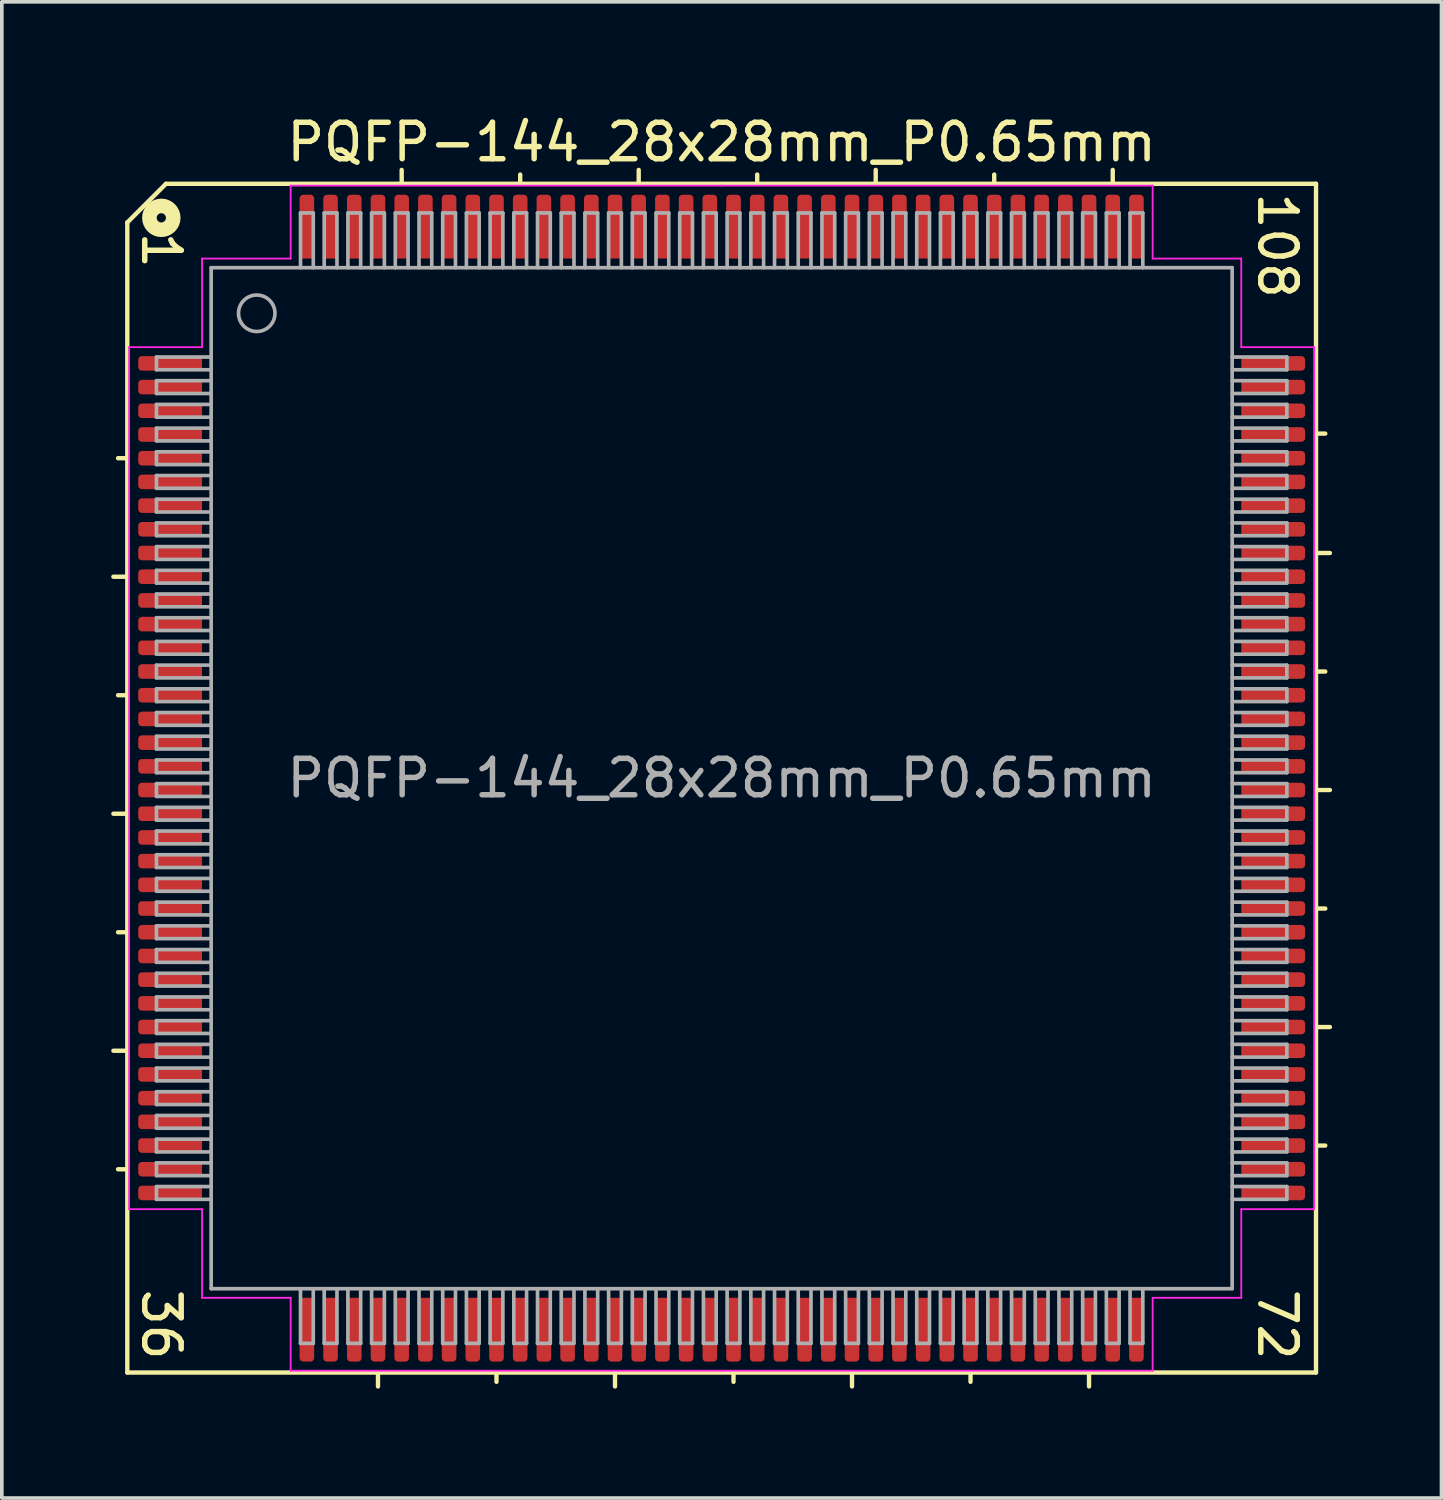
<source format=kicad_pcb>
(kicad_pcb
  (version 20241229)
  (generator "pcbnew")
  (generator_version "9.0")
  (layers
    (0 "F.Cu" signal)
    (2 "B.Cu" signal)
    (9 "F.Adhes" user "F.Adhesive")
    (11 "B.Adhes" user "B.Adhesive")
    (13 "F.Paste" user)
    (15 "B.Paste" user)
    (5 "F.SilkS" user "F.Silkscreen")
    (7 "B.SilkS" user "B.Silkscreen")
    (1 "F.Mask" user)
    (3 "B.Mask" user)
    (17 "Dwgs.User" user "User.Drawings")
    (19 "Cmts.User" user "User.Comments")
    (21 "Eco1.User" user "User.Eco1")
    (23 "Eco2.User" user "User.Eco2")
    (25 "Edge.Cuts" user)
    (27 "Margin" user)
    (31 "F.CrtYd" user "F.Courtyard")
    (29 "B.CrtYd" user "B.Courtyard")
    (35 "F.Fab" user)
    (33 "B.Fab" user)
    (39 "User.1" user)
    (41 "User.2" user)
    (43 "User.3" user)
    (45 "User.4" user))
  (footprint "PQFP-144_28x28mm_P0.65mm"
    (layer "F.Cu")
    (at 16.741 18.291)
    (property "Reference" "PQFP-144_28x28mm_P0.65mm" (at 0 -17.443 0) (layer "F.SilkS") (effects (font (size 1 1) (thickness 0.15))))
    (attr smd)
    (fp_line (start -16.3 -15.24) (end -16.3 16.3) (stroke (width 0.12) (type solid)) (layer "F.SilkS"))
    (fp_line (start -16.3 -8.775) (end -16.554 -8.775) (stroke (width 0.12) (type solid)) (layer "F.SilkS"))
    (fp_line (start -16.3 -5.525) (end -16.681 -5.525) (stroke (width 0.12) (type solid)) (layer "F.SilkS"))
    (fp_line (start -16.3 -2.275) (end -16.554 -2.275) (stroke (width 0.12) (type solid)) (layer "F.SilkS"))
    (fp_line (start -16.3 0.975) (end -16.681 0.975) (stroke (width 0.12) (type solid)) (layer "F.SilkS"))
    (fp_line (start -16.3 4.225) (end -16.554 4.225) (stroke (width 0.12) (type solid)) (layer "F.SilkS"))
    (fp_line (start -16.3 7.475) (end -16.681 7.475) (stroke (width 0.12) (type solid)) (layer "F.SilkS"))
    (fp_line (start -16.3 10.725) (end -16.554 10.725) (stroke (width 0.12) (type solid)) (layer "F.SilkS"))
    (fp_line (start -16.3 16.3) (end 16.3 16.3) (stroke (width 0.12) (type solid)) (layer "F.SilkS"))
    (fp_line (start -15.24 -16.3) (end -16.3 -15.24) (stroke (width 0.12) (type solid)) (layer "F.SilkS"))
    (fp_line (start -9.425 16.3) (end -9.425 16.681) (stroke (width 0.12) (type solid)) (layer "F.SilkS"))
    (fp_line (start -8.775 -16.3) (end -8.775 -16.681) (stroke (width 0.12) (type solid)) (layer "F.SilkS"))
    (fp_line (start -6.175 16.3) (end -6.175 16.554) (stroke (width 0.12) (type solid)) (layer "F.SilkS"))
    (fp_line (start -5.525 -16.3) (end -5.525 -16.554) (stroke (width 0.12) (type solid)) (layer "F.SilkS"))
    (fp_line (start -2.925 16.3) (end -2.925 16.681) (stroke (width 0.12) (type solid)) (layer "F.SilkS"))
    (fp_line (start -2.275 -16.3) (end -2.275 -16.681) (stroke (width 0.12) (type solid)) (layer "F.SilkS"))
    (fp_line (start 0.325 16.3) (end 0.325 16.554) (stroke (width 0.12) (type solid)) (layer "F.SilkS"))
    (fp_line (start 0.975 -16.3) (end 0.975 -16.554) (stroke (width 0.12) (type solid)) (layer "F.SilkS"))
    (fp_line (start 3.575 16.3) (end 3.575 16.681) (stroke (width 0.12) (type solid)) (layer "F.SilkS"))
    (fp_line (start 4.225 -16.3) (end 4.225 -16.681) (stroke (width 0.12) (type solid)) (layer "F.SilkS"))
    (fp_line (start 6.825 16.3) (end 6.825 16.554) (stroke (width 0.12) (type solid)) (layer "F.SilkS"))
    (fp_line (start 7.475 -16.3) (end 7.475 -16.554) (stroke (width 0.12) (type solid)) (layer "F.SilkS"))
    (fp_line (start 10.075 16.3) (end 10.075 16.681) (stroke (width 0.12) (type solid)) (layer "F.SilkS"))
    (fp_line (start 10.725 -16.3) (end 10.725 -16.681) (stroke (width 0.12) (type solid)) (layer "F.SilkS"))
    (fp_line (start 16.3 -16.3) (end -15.24 -16.3) (stroke (width 0.12) (type solid)) (layer "F.SilkS"))
    (fp_line (start 16.3 -9.45) (end 16.554 -9.45) (stroke (width 0.12) (type solid)) (layer "F.SilkS"))
    (fp_line (start 16.3 -6.175) (end 16.681 -6.175) (stroke (width 0.12) (type solid)) (layer "F.SilkS"))
    (fp_line (start 16.3 -2.925) (end 16.554 -2.925) (stroke (width 0.12) (type solid)) (layer "F.SilkS"))
    (fp_line (start 16.3 0.325) (end 16.681 0.325) (stroke (width 0.12) (type solid)) (layer "F.SilkS"))
    (fp_line (start 16.3 3.575) (end 16.554 3.575) (stroke (width 0.12) (type solid)) (layer "F.SilkS"))
    (fp_line (start 16.3 6.825) (end 16.681 6.825) (stroke (width 0.12) (type solid)) (layer "F.SilkS"))
    (fp_line (start 16.3 10.075) (end 16.554 10.075) (stroke (width 0.12) (type solid)) (layer "F.SilkS"))
    (fp_line (start 16.3 16.3) (end 16.3 -16.3) (stroke (width 0.12) (type solid)) (layer "F.SilkS"))
    (fp_circle (center -15.367 -15.367) (end -15.24 -15.367) (stroke (width 0.4) (type solid)) (fill no) (layer "F.SilkS"))
    (fp_line (start -16.25 -11.82) (end -16.25 0) (stroke (width 0.05) (type solid)) (layer "F.CrtYd"))
    (fp_line (start -16.25 11.82) (end -16.25 0) (stroke (width 0.05) (type solid)) (layer "F.CrtYd"))
    (fp_line (start -14.25 -14.25) (end -14.25 -11.82) (stroke (width 0.05) (type solid)) (layer "F.CrtYd"))
    (fp_line (start -14.25 -11.82) (end -16.25 -11.82) (stroke (width 0.05) (type solid)) (layer "F.CrtYd"))
    (fp_line (start -14.25 11.82) (end -16.25 11.82) (stroke (width 0.05) (type solid)) (layer "F.CrtYd"))
    (fp_line (start -14.25 14.25) (end -14.25 11.82) (stroke (width 0.05) (type solid)) (layer "F.CrtYd"))
    (fp_line (start -11.82 -16.25) (end -11.82 -14.25) (stroke (width 0.05) (type solid)) (layer "F.CrtYd"))
    (fp_line (start -11.82 -14.25) (end -14.25 -14.25) (stroke (width 0.05) (type solid)) (layer "F.CrtYd"))
    (fp_line (start -11.82 14.25) (end -14.25 14.25) (stroke (width 0.05) (type solid)) (layer "F.CrtYd"))
    (fp_line (start -11.82 16.25) (end -11.82 14.25) (stroke (width 0.05) (type solid)) (layer "F.CrtYd"))
    (fp_line (start 0 -16.25) (end -11.82 -16.25) (stroke (width 0.05) (type solid)) (layer "F.CrtYd"))
    (fp_line (start 0 -16.25) (end 11.82 -16.25) (stroke (width 0.05) (type solid)) (layer "F.CrtYd"))
    (fp_line (start 0 16.25) (end -11.82 16.25) (stroke (width 0.05) (type solid)) (layer "F.CrtYd"))
    (fp_line (start 0 16.25) (end 11.82 16.25) (stroke (width 0.05) (type solid)) (layer "F.CrtYd"))
    (fp_line (start 11.82 -16.25) (end 11.82 -14.25) (stroke (width 0.05) (type solid)) (layer "F.CrtYd"))
    (fp_line (start 11.82 -14.25) (end 14.25 -14.25) (stroke (width 0.05) (type solid)) (layer "F.CrtYd"))
    (fp_line (start 11.82 14.25) (end 14.25 14.25) (stroke (width 0.05) (type solid)) (layer "F.CrtYd"))
    (fp_line (start 11.82 16.25) (end 11.82 14.25) (stroke (width 0.05) (type solid)) (layer "F.CrtYd"))
    (fp_line (start 14.25 -14.25) (end 14.25 -11.82) (stroke (width 0.05) (type solid)) (layer "F.CrtYd"))
    (fp_line (start 14.25 -11.82) (end 16.25 -11.82) (stroke (width 0.05) (type solid)) (layer "F.CrtYd"))
    (fp_line (start 14.25 11.82) (end 16.25 11.82) (stroke (width 0.05) (type solid)) (layer "F.CrtYd"))
    (fp_line (start 14.25 14.25) (end 14.25 11.82) (stroke (width 0.05) (type solid)) (layer "F.CrtYd"))
    (fp_line (start 16.25 -11.82) (end 16.25 0) (stroke (width 0.05) (type solid)) (layer "F.CrtYd"))
    (fp_line (start 16.25 11.82) (end 16.25 0) (stroke (width 0.05) (type solid)) (layer "F.CrtYd"))
    (fp_line (start -15.5 -11.55) (end -15.5 -11.2) (stroke (width 0.1) (type solid)) (layer "F.Fab"))
    (fp_line (start -15.5 -11.55) (end -14 -11.55) (stroke (width 0.1) (type solid)) (layer "F.Fab"))
    (fp_line (start -15.5 -11.2) (end -14 -11.2) (stroke (width 0.1) (type solid)) (layer "F.Fab"))
    (fp_line (start -15.5 -10.9) (end -15.5 -10.55) (stroke (width 0.1) (type solid)) (layer "F.Fab"))
    (fp_line (start -15.5 -10.9) (end -14 -10.9) (stroke (width 0.1) (type solid)) (layer "F.Fab"))
    (fp_line (start -15.5 -10.55) (end -14 -10.55) (stroke (width 0.1) (type solid)) (layer "F.Fab"))
    (fp_line (start -15.5 -10.25) (end -15.5 -9.9) (stroke (width 0.1) (type solid)) (layer "F.Fab"))
    (fp_line (start -15.5 -10.25) (end -14 -10.25) (stroke (width 0.1) (type solid)) (layer "F.Fab"))
    (fp_line (start -15.5 -9.9) (end -14 -9.9) (stroke (width 0.1) (type solid)) (layer "F.Fab"))
    (fp_line (start -15.5 -9.6) (end -15.5 -9.25) (stroke (width 0.1) (type solid)) (layer "F.Fab"))
    (fp_line (start -15.5 -9.6) (end -14 -9.6) (stroke (width 0.1) (type solid)) (layer "F.Fab"))
    (fp_line (start -15.5 -9.25) (end -14 -9.25) (stroke (width 0.1) (type solid)) (layer "F.Fab"))
    (fp_line (start -15.5 -8.95) (end -15.5 -8.6) (stroke (width 0.1) (type solid)) (layer "F.Fab"))
    (fp_line (start -15.5 -8.95) (end -14 -8.95) (stroke (width 0.1) (type solid)) (layer "F.Fab"))
    (fp_line (start -15.5 -8.6) (end -14 -8.6) (stroke (width 0.1) (type solid)) (layer "F.Fab"))
    (fp_line (start -15.5 -8.3) (end -15.5 -7.95) (stroke (width 0.1) (type solid)) (layer "F.Fab"))
    (fp_line (start -15.5 -8.3) (end -14 -8.3) (stroke (width 0.1) (type solid)) (layer "F.Fab"))
    (fp_line (start -15.5 -7.95) (end -14 -7.95) (stroke (width 0.1) (type solid)) (layer "F.Fab"))
    (fp_line (start -15.5 -7.65) (end -15.5 -7.3) (stroke (width 0.1) (type solid)) (layer "F.Fab"))
    (fp_line (start -15.5 -7.65) (end -14 -7.65) (stroke (width 0.1) (type solid)) (layer "F.Fab"))
    (fp_line (start -15.5 -7.3) (end -14 -7.3) (stroke (width 0.1) (type solid)) (layer "F.Fab"))
    (fp_line (start -15.5 -7) (end -15.5 -6.65) (stroke (width 0.1) (type solid)) (layer "F.Fab"))
    (fp_line (start -15.5 -7) (end -14 -7) (stroke (width 0.1) (type solid)) (layer "F.Fab"))
    (fp_line (start -15.5 -6.65) (end -14 -6.65) (stroke (width 0.1) (type solid)) (layer "F.Fab"))
    (fp_line (start -15.5 -6.35) (end -15.5 -6) (stroke (width 0.1) (type solid)) (layer "F.Fab"))
    (fp_line (start -15.5 -6.35) (end -14 -6.35) (stroke (width 0.1) (type solid)) (layer "F.Fab"))
    (fp_line (start -15.5 -6) (end -14 -6) (stroke (width 0.1) (type solid)) (layer "F.Fab"))
    (fp_line (start -15.5 -5.7) (end -15.5 -5.35) (stroke (width 0.1) (type solid)) (layer "F.Fab"))
    (fp_line (start -15.5 -5.7) (end -14 -5.7) (stroke (width 0.1) (type solid)) (layer "F.Fab"))
    (fp_line (start -15.5 -5.35) (end -14 -5.35) (stroke (width 0.1) (type solid)) (layer "F.Fab"))
    (fp_line (start -15.5 -5.05) (end -15.5 -4.7) (stroke (width 0.1) (type solid)) (layer "F.Fab"))
    (fp_line (start -15.5 -5.05) (end -14 -5.05) (stroke (width 0.1) (type solid)) (layer "F.Fab"))
    (fp_line (start -15.5 -4.7) (end -14 -4.7) (stroke (width 0.1) (type solid)) (layer "F.Fab"))
    (fp_line (start -15.5 -4.4) (end -15.5 -4.05) (stroke (width 0.1) (type solid)) (layer "F.Fab"))
    (fp_line (start -15.5 -4.4) (end -14 -4.4) (stroke (width 0.1) (type solid)) (layer "F.Fab"))
    (fp_line (start -15.5 -4.05) (end -14 -4.05) (stroke (width 0.1) (type solid)) (layer "F.Fab"))
    (fp_line (start -15.5 -3.75) (end -15.5 -3.4) (stroke (width 0.1) (type solid)) (layer "F.Fab"))
    (fp_line (start -15.5 -3.75) (end -14 -3.75) (stroke (width 0.1) (type solid)) (layer "F.Fab"))
    (fp_line (start -15.5 -3.4) (end -14 -3.4) (stroke (width 0.1) (type solid)) (layer "F.Fab"))
    (fp_line (start -15.5 -3.1) (end -15.5 -2.75) (stroke (width 0.1) (type solid)) (layer "F.Fab"))
    (fp_line (start -15.5 -3.1) (end -14 -3.1) (stroke (width 0.1) (type solid)) (layer "F.Fab"))
    (fp_line (start -15.5 -2.75) (end -14 -2.75) (stroke (width 0.1) (type solid)) (layer "F.Fab"))
    (fp_line (start -15.5 -2.45) (end -15.5 -2.1) (stroke (width 0.1) (type solid)) (layer "F.Fab"))
    (fp_line (start -15.5 -2.45) (end -14 -2.45) (stroke (width 0.1) (type solid)) (layer "F.Fab"))
    (fp_line (start -15.5 -2.1) (end -14 -2.1) (stroke (width 0.1) (type solid)) (layer "F.Fab"))
    (fp_line (start -15.5 -1.8) (end -15.5 -1.45) (stroke (width 0.1) (type solid)) (layer "F.Fab"))
    (fp_line (start -15.5 -1.8) (end -14 -1.8) (stroke (width 0.1) (type solid)) (layer "F.Fab"))
    (fp_line (start -15.5 -1.45) (end -14 -1.45) (stroke (width 0.1) (type solid)) (layer "F.Fab"))
    (fp_line (start -15.5 -1.15) (end -15.5 -0.8) (stroke (width 0.1) (type solid)) (layer "F.Fab"))
    (fp_line (start -15.5 -1.15) (end -14 -1.15) (stroke (width 0.1) (type solid)) (layer "F.Fab"))
    (fp_line (start -15.5 -0.8) (end -14 -0.8) (stroke (width 0.1) (type solid)) (layer "F.Fab"))
    (fp_line (start -15.5 -0.5) (end -15.5 -0.15) (stroke (width 0.1) (type solid)) (layer "F.Fab"))
    (fp_line (start -15.5 -0.5) (end -14 -0.5) (stroke (width 0.1) (type solid)) (layer "F.Fab"))
    (fp_line (start -15.5 -0.15) (end -14 -0.15) (stroke (width 0.1) (type solid)) (layer "F.Fab"))
    (fp_line (start -15.5 0.15) (end -15.5 0.5) (stroke (width 0.1) (type solid)) (layer "F.Fab"))
    (fp_line (start -15.5 0.15) (end -14 0.15) (stroke (width 0.1) (type solid)) (layer "F.Fab"))
    (fp_line (start -15.5 0.5) (end -14 0.5) (stroke (width 0.1) (type solid)) (layer "F.Fab"))
    (fp_line (start -15.5 0.8) (end -15.5 1.15) (stroke (width 0.1) (type solid)) (layer "F.Fab"))
    (fp_line (start -15.5 0.8) (end -14 0.8) (stroke (width 0.1) (type solid)) (layer "F.Fab"))
    (fp_line (start -15.5 1.15) (end -14 1.15) (stroke (width 0.1) (type solid)) (layer "F.Fab"))
    (fp_line (start -15.5 1.45) (end -15.5 1.8) (stroke (width 0.1) (type solid)) (layer "F.Fab"))
    (fp_line (start -15.5 1.45) (end -14 1.45) (stroke (width 0.1) (type solid)) (layer "F.Fab"))
    (fp_line (start -15.5 1.8) (end -14 1.8) (stroke (width 0.1) (type solid)) (layer "F.Fab"))
    (fp_line (start -15.5 2.1) (end -15.5 2.45) (stroke (width 0.1) (type solid)) (layer "F.Fab"))
    (fp_line (start -15.5 2.1) (end -14 2.1) (stroke (width 0.1) (type solid)) (layer "F.Fab"))
    (fp_line (start -15.5 2.45) (end -14 2.45) (stroke (width 0.1) (type solid)) (layer "F.Fab"))
    (fp_line (start -15.5 2.75) (end -15.5 3.1) (stroke (width 0.1) (type solid)) (layer "F.Fab"))
    (fp_line (start -15.5 2.75) (end -14 2.75) (stroke (width 0.1) (type solid)) (layer "F.Fab"))
    (fp_line (start -15.5 3.1) (end -14 3.1) (stroke (width 0.1) (type solid)) (layer "F.Fab"))
    (fp_line (start -15.5 3.4) (end -15.5 3.75) (stroke (width 0.1) (type solid)) (layer "F.Fab"))
    (fp_line (start -15.5 3.4) (end -14 3.4) (stroke (width 0.1) (type solid)) (layer "F.Fab"))
    (fp_line (start -15.5 3.75) (end -14 3.75) (stroke (width 0.1) (type solid)) (layer "F.Fab"))
    (fp_line (start -15.5 4.05) (end -15.5 4.4) (stroke (width 0.1) (type solid)) (layer "F.Fab"))
    (fp_line (start -15.5 4.05) (end -14 4.05) (stroke (width 0.1) (type solid)) (layer "F.Fab"))
    (fp_line (start -15.5 4.4) (end -14 4.4) (stroke (width 0.1) (type solid)) (layer "F.Fab"))
    (fp_line (start -15.5 4.7) (end -15.5 5.05) (stroke (width 0.1) (type solid)) (layer "F.Fab"))
    (fp_line (start -15.5 4.7) (end -14 4.7) (stroke (width 0.1) (type solid)) (layer "F.Fab"))
    (fp_line (start -15.5 5.05) (end -14 5.05) (stroke (width 0.1) (type solid)) (layer "F.Fab"))
    (fp_line (start -15.5 5.35) (end -15.5 5.7) (stroke (width 0.1) (type solid)) (layer "F.Fab"))
    (fp_line (start -15.5 5.35) (end -14 5.35) (stroke (width 0.1) (type solid)) (layer "F.Fab"))
    (fp_line (start -15.5 5.7) (end -14 5.7) (stroke (width 0.1) (type solid)) (layer "F.Fab"))
    (fp_line (start -15.5 6) (end -15.5 6.35) (stroke (width 0.1) (type solid)) (layer "F.Fab"))
    (fp_line (start -15.5 6) (end -14 6) (stroke (width 0.1) (type solid)) (layer "F.Fab"))
    (fp_line (start -15.5 6.35) (end -14 6.35) (stroke (width 0.1) (type solid)) (layer "F.Fab"))
    (fp_line (start -15.5 6.65) (end -15.5 7) (stroke (width 0.1) (type solid)) (layer "F.Fab"))
    (fp_line (start -15.5 6.65) (end -14 6.65) (stroke (width 0.1) (type solid)) (layer "F.Fab"))
    (fp_line (start -15.5 7) (end -14 7) (stroke (width 0.1) (type solid)) (layer "F.Fab"))
    (fp_line (start -15.5 7.3) (end -15.5 7.65) (stroke (width 0.1) (type solid)) (layer "F.Fab"))
    (fp_line (start -15.5 7.3) (end -14 7.3) (stroke (width 0.1) (type solid)) (layer "F.Fab"))
    (fp_line (start -15.5 7.65) (end -14 7.65) (stroke (width 0.1) (type solid)) (layer "F.Fab"))
    (fp_line (start -15.5 7.95) (end -15.5 8.3) (stroke (width 0.1) (type solid)) (layer "F.Fab"))
    (fp_line (start -15.5 7.95) (end -14 7.95) (stroke (width 0.1) (type solid)) (layer "F.Fab"))
    (fp_line (start -15.5 8.3) (end -14 8.3) (stroke (width 0.1) (type solid)) (layer "F.Fab"))
    (fp_line (start -15.5 8.6) (end -15.5 8.95) (stroke (width 0.1) (type solid)) (layer "F.Fab"))
    (fp_line (start -15.5 8.6) (end -14 8.6) (stroke (width 0.1) (type solid)) (layer "F.Fab"))
    (fp_line (start -15.5 8.95) (end -14 8.95) (stroke (width 0.1) (type solid)) (layer "F.Fab"))
    (fp_line (start -15.5 9.25) (end -15.5 9.6) (stroke (width 0.1) (type solid)) (layer "F.Fab"))
    (fp_line (start -15.5 9.25) (end -14 9.25) (stroke (width 0.1) (type solid)) (layer "F.Fab"))
    (fp_line (start -15.5 9.6) (end -14 9.6) (stroke (width 0.1) (type solid)) (layer "F.Fab"))
    (fp_line (start -15.5 9.9) (end -15.5 10.25) (stroke (width 0.1) (type solid)) (layer "F.Fab"))
    (fp_line (start -15.5 9.9) (end -14 9.9) (stroke (width 0.1) (type solid)) (layer "F.Fab"))
    (fp_line (start -15.5 10.25) (end -14 10.25) (stroke (width 0.1) (type solid)) (layer "F.Fab"))
    (fp_line (start -15.5 10.55) (end -15.5 10.9) (stroke (width 0.1) (type solid)) (layer "F.Fab"))
    (fp_line (start -15.5 10.55) (end -14 10.55) (stroke (width 0.1) (type solid)) (layer "F.Fab"))
    (fp_line (start -15.5 10.9) (end -14 10.9) (stroke (width 0.1) (type solid)) (layer "F.Fab"))
    (fp_line (start -15.5 11.2) (end -15.5 11.55) (stroke (width 0.1) (type solid)) (layer "F.Fab"))
    (fp_line (start -15.5 11.2) (end -14 11.2) (stroke (width 0.1) (type solid)) (layer "F.Fab"))
    (fp_line (start -15.5 11.55) (end -14 11.55) (stroke (width 0.1) (type solid)) (layer "F.Fab"))
    (fp_line (start -14 -14) (end 14 -14) (stroke (width 0.1) (type solid)) (layer "F.Fab"))
    (fp_line (start -14 14) (end -14 -14) (stroke (width 0.1) (type solid)) (layer "F.Fab"))
    (fp_line (start -11.55 -15.5) (end -11.55 -14) (stroke (width 0.1) (type solid)) (layer "F.Fab"))
    (fp_line (start -11.55 15.5) (end -11.55 14) (stroke (width 0.1) (type solid)) (layer "F.Fab"))
    (fp_line (start -11.55 15.5) (end -11.2 15.5) (stroke (width 0.1) (type solid)) (layer "F.Fab"))
    (fp_line (start -11.2 -15.5) (end -11.55 -15.5) (stroke (width 0.1) (type solid)) (layer "F.Fab"))
    (fp_line (start -11.2 -15.5) (end -11.2 -14) (stroke (width 0.1) (type solid)) (layer "F.Fab"))
    (fp_line (start -11.2 15.5) (end -11.2 14) (stroke (width 0.1) (type solid)) (layer "F.Fab"))
    (fp_line (start -10.9 -15.5) (end -10.9 -14) (stroke (width 0.1) (type solid)) (layer "F.Fab"))
    (fp_line (start -10.9 15.5) (end -10.9 14) (stroke (width 0.1) (type solid)) (layer "F.Fab"))
    (fp_line (start -10.9 15.5) (end -10.55 15.5) (stroke (width 0.1) (type solid)) (layer "F.Fab"))
    (fp_line (start -10.55 -15.5) (end -10.9 -15.5) (stroke (width 0.1) (type solid)) (layer "F.Fab"))
    (fp_line (start -10.55 -15.5) (end -10.55 -14) (stroke (width 0.1) (type solid)) (layer "F.Fab"))
    (fp_line (start -10.55 15.5) (end -10.55 14) (stroke (width 0.1) (type solid)) (layer "F.Fab"))
    (fp_line (start -10.25 -15.5) (end -10.25 -14) (stroke (width 0.1) (type solid)) (layer "F.Fab"))
    (fp_line (start -10.25 15.5) (end -10.25 14) (stroke (width 0.1) (type solid)) (layer "F.Fab"))
    (fp_line (start -10.25 15.5) (end -9.9 15.5) (stroke (width 0.1) (type solid)) (layer "F.Fab"))
    (fp_line (start -9.9 -15.5) (end -10.25 -15.5) (stroke (width 0.1) (type solid)) (layer "F.Fab"))
    (fp_line (start -9.9 -15.5) (end -9.9 -14) (stroke (width 0.1) (type solid)) (layer "F.Fab"))
    (fp_line (start -9.9 15.5) (end -9.9 14) (stroke (width 0.1) (type solid)) (layer "F.Fab"))
    (fp_line (start -9.6 -15.5) (end -9.6 -14) (stroke (width 0.1) (type solid)) (layer "F.Fab"))
    (fp_line (start -9.6 15.5) (end -9.6 14) (stroke (width 0.1) (type solid)) (layer "F.Fab"))
    (fp_line (start -9.6 15.5) (end -9.25 15.5) (stroke (width 0.1) (type solid)) (layer "F.Fab"))
    (fp_line (start -9.25 -15.5) (end -9.6 -15.5) (stroke (width 0.1) (type solid)) (layer "F.Fab"))
    (fp_line (start -9.25 -15.5) (end -9.25 -14) (stroke (width 0.1) (type solid)) (layer "F.Fab"))
    (fp_line (start -9.25 15.5) (end -9.25 14) (stroke (width 0.1) (type solid)) (layer "F.Fab"))
    (fp_line (start -8.95 -15.5) (end -8.95 -14) (stroke (width 0.1) (type solid)) (layer "F.Fab"))
    (fp_line (start -8.95 15.5) (end -8.95 14) (stroke (width 0.1) (type solid)) (layer "F.Fab"))
    (fp_line (start -8.95 15.5) (end -8.6 15.5) (stroke (width 0.1) (type solid)) (layer "F.Fab"))
    (fp_line (start -8.6 -15.5) (end -8.95 -15.5) (stroke (width 0.1) (type solid)) (layer "F.Fab"))
    (fp_line (start -8.6 -15.5) (end -8.6 -14) (stroke (width 0.1) (type solid)) (layer "F.Fab"))
    (fp_line (start -8.6 15.5) (end -8.6 14) (stroke (width 0.1) (type solid)) (layer "F.Fab"))
    (fp_line (start -8.3 -15.5) (end -8.3 -14) (stroke (width 0.1) (type solid)) (layer "F.Fab"))
    (fp_line (start -8.3 15.5) (end -8.3 14) (stroke (width 0.1) (type solid)) (layer "F.Fab"))
    (fp_line (start -8.3 15.5) (end -7.95 15.5) (stroke (width 0.1) (type solid)) (layer "F.Fab"))
    (fp_line (start -7.95 -15.5) (end -8.3 -15.5) (stroke (width 0.1) (type solid)) (layer "F.Fab"))
    (fp_line (start -7.95 -15.5) (end -7.95 -14) (stroke (width 0.1) (type solid)) (layer "F.Fab"))
    (fp_line (start -7.95 15.5) (end -7.95 14) (stroke (width 0.1) (type solid)) (layer "F.Fab"))
    (fp_line (start -7.65 -15.5) (end -7.65 -14) (stroke (width 0.1) (type solid)) (layer "F.Fab"))
    (fp_line (start -7.65 15.5) (end -7.65 14) (stroke (width 0.1) (type solid)) (layer "F.Fab"))
    (fp_line (start -7.65 15.5) (end -7.3 15.5) (stroke (width 0.1) (type solid)) (layer "F.Fab"))
    (fp_line (start -7.3 -15.5) (end -7.65 -15.5) (stroke (width 0.1) (type solid)) (layer "F.Fab"))
    (fp_line (start -7.3 -15.5) (end -7.3 -14) (stroke (width 0.1) (type solid)) (layer "F.Fab"))
    (fp_line (start -7.3 15.5) (end -7.3 14) (stroke (width 0.1) (type solid)) (layer "F.Fab"))
    (fp_line (start -7 -15.5) (end -7 -14) (stroke (width 0.1) (type solid)) (layer "F.Fab"))
    (fp_line (start -7 15.5) (end -7 14) (stroke (width 0.1) (type solid)) (layer "F.Fab"))
    (fp_line (start -7 15.5) (end -6.65 15.5) (stroke (width 0.1) (type solid)) (layer "F.Fab"))
    (fp_line (start -6.65 -15.5) (end -7 -15.5) (stroke (width 0.1) (type solid)) (layer "F.Fab"))
    (fp_line (start -6.65 -15.5) (end -6.65 -14) (stroke (width 0.1) (type solid)) (layer "F.Fab"))
    (fp_line (start -6.65 15.5) (end -6.65 14) (stroke (width 0.1) (type solid)) (layer "F.Fab"))
    (fp_line (start -6.35 -15.5) (end -6.35 -14) (stroke (width 0.1) (type solid)) (layer "F.Fab"))
    (fp_line (start -6.35 15.5) (end -6.35 14) (stroke (width 0.1) (type solid)) (layer "F.Fab"))
    (fp_line (start -6.35 15.5) (end -6 15.5) (stroke (width 0.1) (type solid)) (layer "F.Fab"))
    (fp_line (start -6 -15.5) (end -6.35 -15.5) (stroke (width 0.1) (type solid)) (layer "F.Fab"))
    (fp_line (start -6 -15.5) (end -6 -14) (stroke (width 0.1) (type solid)) (layer "F.Fab"))
    (fp_line (start -6 15.5) (end -6 14) (stroke (width 0.1) (type solid)) (layer "F.Fab"))
    (fp_line (start -5.7 -15.5) (end -5.7 -14) (stroke (width 0.1) (type solid)) (layer "F.Fab"))
    (fp_line (start -5.7 15.5) (end -5.7 14) (stroke (width 0.1) (type solid)) (layer "F.Fab"))
    (fp_line (start -5.7 15.5) (end -5.35 15.5) (stroke (width 0.1) (type solid)) (layer "F.Fab"))
    (fp_line (start -5.35 -15.5) (end -5.7 -15.5) (stroke (width 0.1) (type solid)) (layer "F.Fab"))
    (fp_line (start -5.35 -15.5) (end -5.35 -14) (stroke (width 0.1) (type solid)) (layer "F.Fab"))
    (fp_line (start -5.35 15.5) (end -5.35 14) (stroke (width 0.1) (type solid)) (layer "F.Fab"))
    (fp_line (start -5.05 -15.5) (end -5.05 -14) (stroke (width 0.1) (type solid)) (layer "F.Fab"))
    (fp_line (start -5.05 15.5) (end -5.05 14) (stroke (width 0.1) (type solid)) (layer "F.Fab"))
    (fp_line (start -5.05 15.5) (end -4.7 15.5) (stroke (width 0.1) (type solid)) (layer "F.Fab"))
    (fp_line (start -4.7 -15.5) (end -5.05 -15.5) (stroke (width 0.1) (type solid)) (layer "F.Fab"))
    (fp_line (start -4.7 -15.5) (end -4.7 -14) (stroke (width 0.1) (type solid)) (layer "F.Fab"))
    (fp_line (start -4.7 15.5) (end -4.7 14) (stroke (width 0.1) (type solid)) (layer "F.Fab"))
    (fp_line (start -4.4 -15.5) (end -4.4 -14) (stroke (width 0.1) (type solid)) (layer "F.Fab"))
    (fp_line (start -4.4 15.5) (end -4.4 14) (stroke (width 0.1) (type solid)) (layer "F.Fab"))
    (fp_line (start -4.4 15.5) (end -4.05 15.5) (stroke (width 0.1) (type solid)) (layer "F.Fab"))
    (fp_line (start -4.05 -15.5) (end -4.4 -15.5) (stroke (width 0.1) (type solid)) (layer "F.Fab"))
    (fp_line (start -4.05 -15.5) (end -4.05 -14) (stroke (width 0.1) (type solid)) (layer "F.Fab"))
    (fp_line (start -4.05 15.5) (end -4.05 14) (stroke (width 0.1) (type solid)) (layer "F.Fab"))
    (fp_line (start -3.75 -15.5) (end -3.75 -14) (stroke (width 0.1) (type solid)) (layer "F.Fab"))
    (fp_line (start -3.75 15.5) (end -3.75 14) (stroke (width 0.1) (type solid)) (layer "F.Fab"))
    (fp_line (start -3.75 15.5) (end -3.4 15.5) (stroke (width 0.1) (type solid)) (layer "F.Fab"))
    (fp_line (start -3.4 -15.5) (end -3.75 -15.5) (stroke (width 0.1) (type solid)) (layer "F.Fab"))
    (fp_line (start -3.4 -15.5) (end -3.4 -14) (stroke (width 0.1) (type solid)) (layer "F.Fab"))
    (fp_line (start -3.4 15.5) (end -3.4 14) (stroke (width 0.1) (type solid)) (layer "F.Fab"))
    (fp_line (start -3.1 -15.5) (end -3.1 -14) (stroke (width 0.1) (type solid)) (layer "F.Fab"))
    (fp_line (start -3.1 15.5) (end -3.1 14) (stroke (width 0.1) (type solid)) (layer "F.Fab"))
    (fp_line (start -3.1 15.5) (end -2.75 15.5) (stroke (width 0.1) (type solid)) (layer "F.Fab"))
    (fp_line (start -2.75 -15.5) (end -3.1 -15.5) (stroke (width 0.1) (type solid)) (layer "F.Fab"))
    (fp_line (start -2.75 -15.5) (end -2.75 -14) (stroke (width 0.1) (type solid)) (layer "F.Fab"))
    (fp_line (start -2.75 15.5) (end -2.75 14) (stroke (width 0.1) (type solid)) (layer "F.Fab"))
    (fp_line (start -2.45 -15.5) (end -2.45 -14) (stroke (width 0.1) (type solid)) (layer "F.Fab"))
    (fp_line (start -2.45 15.5) (end -2.45 14) (stroke (width 0.1) (type solid)) (layer "F.Fab"))
    (fp_line (start -2.45 15.5) (end -2.1 15.5) (stroke (width 0.1) (type solid)) (layer "F.Fab"))
    (fp_line (start -2.1 -15.5) (end -2.45 -15.5) (stroke (width 0.1) (type solid)) (layer "F.Fab"))
    (fp_line (start -2.1 -15.5) (end -2.1 -14) (stroke (width 0.1) (type solid)) (layer "F.Fab"))
    (fp_line (start -2.1 15.5) (end -2.1 14) (stroke (width 0.1) (type solid)) (layer "F.Fab"))
    (fp_line (start -1.8 -15.5) (end -1.8 -14) (stroke (width 0.1) (type solid)) (layer "F.Fab"))
    (fp_line (start -1.8 15.5) (end -1.8 14) (stroke (width 0.1) (type solid)) (layer "F.Fab"))
    (fp_line (start -1.8 15.5) (end -1.45 15.5) (stroke (width 0.1) (type solid)) (layer "F.Fab"))
    (fp_line (start -1.45 -15.5) (end -1.8 -15.5) (stroke (width 0.1) (type solid)) (layer "F.Fab"))
    (fp_line (start -1.45 -15.5) (end -1.45 -14) (stroke (width 0.1) (type solid)) (layer "F.Fab"))
    (fp_line (start -1.45 15.5) (end -1.45 14) (stroke (width 0.1) (type solid)) (layer "F.Fab"))
    (fp_line (start -1.15 -15.5) (end -1.15 -14) (stroke (width 0.1) (type solid)) (layer "F.Fab"))
    (fp_line (start -1.15 15.5) (end -1.15 14) (stroke (width 0.1) (type solid)) (layer "F.Fab"))
    (fp_line (start -1.15 15.5) (end -0.8 15.5) (stroke (width 0.1) (type solid)) (layer "F.Fab"))
    (fp_line (start -0.8 -15.5) (end -1.15 -15.5) (stroke (width 0.1) (type solid)) (layer "F.Fab"))
    (fp_line (start -0.8 -15.5) (end -0.8 -14) (stroke (width 0.1) (type solid)) (layer "F.Fab"))
    (fp_line (start -0.8 15.5) (end -0.8 14) (stroke (width 0.1) (type solid)) (layer "F.Fab"))
    (fp_line (start -0.5 -15.5) (end -0.5 -14) (stroke (width 0.1) (type solid)) (layer "F.Fab"))
    (fp_line (start -0.5 15.5) (end -0.5 14) (stroke (width 0.1) (type solid)) (layer "F.Fab"))
    (fp_line (start -0.5 15.5) (end -0.15 15.5) (stroke (width 0.1) (type solid)) (layer "F.Fab"))
    (fp_line (start -0.15 -15.5) (end -0.5 -15.5) (stroke (width 0.1) (type solid)) (layer "F.Fab"))
    (fp_line (start -0.15 -15.5) (end -0.15 -14) (stroke (width 0.1) (type solid)) (layer "F.Fab"))
    (fp_line (start -0.15 15.5) (end -0.15 14) (stroke (width 0.1) (type solid)) (layer "F.Fab"))
    (fp_line (start 0.15 -15.5) (end 0.15 -14) (stroke (width 0.1) (type solid)) (layer "F.Fab"))
    (fp_line (start 0.15 15.5) (end 0.15 14) (stroke (width 0.1) (type solid)) (layer "F.Fab"))
    (fp_line (start 0.15 15.5) (end 0.5 15.5) (stroke (width 0.1) (type solid)) (layer "F.Fab"))
    (fp_line (start 0.5 -15.5) (end 0.15 -15.5) (stroke (width 0.1) (type solid)) (layer "F.Fab"))
    (fp_line (start 0.5 -15.5) (end 0.5 -14) (stroke (width 0.1) (type solid)) (layer "F.Fab"))
    (fp_line (start 0.5 15.5) (end 0.5 14) (stroke (width 0.1) (type solid)) (layer "F.Fab"))
    (fp_line (start 0.8 -15.5) (end 0.8 -14) (stroke (width 0.1) (type solid)) (layer "F.Fab"))
    (fp_line (start 0.8 15.5) (end 0.8 14) (stroke (width 0.1) (type solid)) (layer "F.Fab"))
    (fp_line (start 0.8 15.5) (end 1.15 15.5) (stroke (width 0.1) (type solid)) (layer "F.Fab"))
    (fp_line (start 1.15 -15.5) (end 0.8 -15.5) (stroke (width 0.1) (type solid)) (layer "F.Fab"))
    (fp_line (start 1.15 -15.5) (end 1.15 -14) (stroke (width 0.1) (type solid)) (layer "F.Fab"))
    (fp_line (start 1.15 15.5) (end 1.15 14) (stroke (width 0.1) (type solid)) (layer "F.Fab"))
    (fp_line (start 1.45 -15.5) (end 1.45 -14) (stroke (width 0.1) (type solid)) (layer "F.Fab"))
    (fp_line (start 1.45 15.5) (end 1.45 14) (stroke (width 0.1) (type solid)) (layer "F.Fab"))
    (fp_line (start 1.45 15.5) (end 1.8 15.5) (stroke (width 0.1) (type solid)) (layer "F.Fab"))
    (fp_line (start 1.8 -15.5) (end 1.45 -15.5) (stroke (width 0.1) (type solid)) (layer "F.Fab"))
    (fp_line (start 1.8 -15.5) (end 1.8 -14) (stroke (width 0.1) (type solid)) (layer "F.Fab"))
    (fp_line (start 1.8 15.5) (end 1.8 14) (stroke (width 0.1) (type solid)) (layer "F.Fab"))
    (fp_line (start 2.1 -15.5) (end 2.1 -14) (stroke (width 0.1) (type solid)) (layer "F.Fab"))
    (fp_line (start 2.1 15.5) (end 2.1 14) (stroke (width 0.1) (type solid)) (layer "F.Fab"))
    (fp_line (start 2.1 15.5) (end 2.45 15.5) (stroke (width 0.1) (type solid)) (layer "F.Fab"))
    (fp_line (start 2.45 -15.5) (end 2.1 -15.5) (stroke (width 0.1) (type solid)) (layer "F.Fab"))
    (fp_line (start 2.45 -15.5) (end 2.45 -14) (stroke (width 0.1) (type solid)) (layer "F.Fab"))
    (fp_line (start 2.45 15.5) (end 2.45 14) (stroke (width 0.1) (type solid)) (layer "F.Fab"))
    (fp_line (start 2.75 -15.5) (end 2.75 -14) (stroke (width 0.1) (type solid)) (layer "F.Fab"))
    (fp_line (start 2.75 15.5) (end 2.75 14) (stroke (width 0.1) (type solid)) (layer "F.Fab"))
    (fp_line (start 2.75 15.5) (end 3.1 15.5) (stroke (width 0.1) (type solid)) (layer "F.Fab"))
    (fp_line (start 3.1 -15.5) (end 2.75 -15.5) (stroke (width 0.1) (type solid)) (layer "F.Fab"))
    (fp_line (start 3.1 -15.5) (end 3.1 -14) (stroke (width 0.1) (type solid)) (layer "F.Fab"))
    (fp_line (start 3.1 15.5) (end 3.1 14) (stroke (width 0.1) (type solid)) (layer "F.Fab"))
    (fp_line (start 3.4 -15.5) (end 3.4 -14) (stroke (width 0.1) (type solid)) (layer "F.Fab"))
    (fp_line (start 3.4 15.5) (end 3.4 14) (stroke (width 0.1) (type solid)) (layer "F.Fab"))
    (fp_line (start 3.4 15.5) (end 3.75 15.5) (stroke (width 0.1) (type solid)) (layer "F.Fab"))
    (fp_line (start 3.75 -15.5) (end 3.4 -15.5) (stroke (width 0.1) (type solid)) (layer "F.Fab"))
    (fp_line (start 3.75 -15.5) (end 3.75 -14) (stroke (width 0.1) (type solid)) (layer "F.Fab"))
    (fp_line (start 3.75 15.5) (end 3.75 14) (stroke (width 0.1) (type solid)) (layer "F.Fab"))
    (fp_line (start 4.05 -15.5) (end 4.05 -14) (stroke (width 0.1) (type solid)) (layer "F.Fab"))
    (fp_line (start 4.05 15.5) (end 4.05 14) (stroke (width 0.1) (type solid)) (layer "F.Fab"))
    (fp_line (start 4.05 15.5) (end 4.4 15.5) (stroke (width 0.1) (type solid)) (layer "F.Fab"))
    (fp_line (start 4.4 -15.5) (end 4.05 -15.5) (stroke (width 0.1) (type solid)) (layer "F.Fab"))
    (fp_line (start 4.4 -15.5) (end 4.4 -14) (stroke (width 0.1) (type solid)) (layer "F.Fab"))
    (fp_line (start 4.4 15.5) (end 4.4 14) (stroke (width 0.1) (type solid)) (layer "F.Fab"))
    (fp_line (start 4.7 -15.5) (end 4.7 -14) (stroke (width 0.1) (type solid)) (layer "F.Fab"))
    (fp_line (start 4.7 15.5) (end 4.7 14) (stroke (width 0.1) (type solid)) (layer "F.Fab"))
    (fp_line (start 4.7 15.5) (end 5.05 15.5) (stroke (width 0.1) (type solid)) (layer "F.Fab"))
    (fp_line (start 5.05 -15.5) (end 4.7 -15.5) (stroke (width 0.1) (type solid)) (layer "F.Fab"))
    (fp_line (start 5.05 -15.5) (end 5.05 -14) (stroke (width 0.1) (type solid)) (layer "F.Fab"))
    (fp_line (start 5.05 15.5) (end 5.05 14) (stroke (width 0.1) (type solid)) (layer "F.Fab"))
    (fp_line (start 5.35 -15.5) (end 5.35 -14) (stroke (width 0.1) (type solid)) (layer "F.Fab"))
    (fp_line (start 5.35 15.5) (end 5.35 14) (stroke (width 0.1) (type solid)) (layer "F.Fab"))
    (fp_line (start 5.35 15.5) (end 5.7 15.5) (stroke (width 0.1) (type solid)) (layer "F.Fab"))
    (fp_line (start 5.7 -15.5) (end 5.35 -15.5) (stroke (width 0.1) (type solid)) (layer "F.Fab"))
    (fp_line (start 5.7 -15.5) (end 5.7 -14) (stroke (width 0.1) (type solid)) (layer "F.Fab"))
    (fp_line (start 5.7 15.5) (end 5.7 14) (stroke (width 0.1) (type solid)) (layer "F.Fab"))
    (fp_line (start 6 -15.5) (end 6 -14) (stroke (width 0.1) (type solid)) (layer "F.Fab"))
    (fp_line (start 6 15.5) (end 6 14) (stroke (width 0.1) (type solid)) (layer "F.Fab"))
    (fp_line (start 6 15.5) (end 6.35 15.5) (stroke (width 0.1) (type solid)) (layer "F.Fab"))
    (fp_line (start 6.35 -15.5) (end 6 -15.5) (stroke (width 0.1) (type solid)) (layer "F.Fab"))
    (fp_line (start 6.35 -15.5) (end 6.35 -14) (stroke (width 0.1) (type solid)) (layer "F.Fab"))
    (fp_line (start 6.35 15.5) (end 6.35 14) (stroke (width 0.1) (type solid)) (layer "F.Fab"))
    (fp_line (start 6.65 -15.5) (end 6.65 -14) (stroke (width 0.1) (type solid)) (layer "F.Fab"))
    (fp_line (start 6.65 15.5) (end 6.65 14) (stroke (width 0.1) (type solid)) (layer "F.Fab"))
    (fp_line (start 6.65 15.5) (end 7 15.5) (stroke (width 0.1) (type solid)) (layer "F.Fab"))
    (fp_line (start 7 -15.5) (end 6.65 -15.5) (stroke (width 0.1) (type solid)) (layer "F.Fab"))
    (fp_line (start 7 -15.5) (end 7 -14) (stroke (width 0.1) (type solid)) (layer "F.Fab"))
    (fp_line (start 7 15.5) (end 7 14) (stroke (width 0.1) (type solid)) (layer "F.Fab"))
    (fp_line (start 7.3 -15.5) (end 7.3 -14) (stroke (width 0.1) (type solid)) (layer "F.Fab"))
    (fp_line (start 7.3 15.5) (end 7.3 14) (stroke (width 0.1) (type solid)) (layer "F.Fab"))
    (fp_line (start 7.3 15.5) (end 7.65 15.5) (stroke (width 0.1) (type solid)) (layer "F.Fab"))
    (fp_line (start 7.65 -15.5) (end 7.3 -15.5) (stroke (width 0.1) (type solid)) (layer "F.Fab"))
    (fp_line (start 7.65 -15.5) (end 7.65 -14) (stroke (width 0.1) (type solid)) (layer "F.Fab"))
    (fp_line (start 7.65 15.5) (end 7.65 14) (stroke (width 0.1) (type solid)) (layer "F.Fab"))
    (fp_line (start 7.95 -15.5) (end 7.95 -14) (stroke (width 0.1) (type solid)) (layer "F.Fab"))
    (fp_line (start 7.95 15.5) (end 7.95 14) (stroke (width 0.1) (type solid)) (layer "F.Fab"))
    (fp_line (start 7.95 15.5) (end 8.3 15.5) (stroke (width 0.1) (type solid)) (layer "F.Fab"))
    (fp_line (start 8.3 -15.5) (end 7.95 -15.5) (stroke (width 0.1) (type solid)) (layer "F.Fab"))
    (fp_line (start 8.3 -15.5) (end 8.3 -14) (stroke (width 0.1) (type solid)) (layer "F.Fab"))
    (fp_line (start 8.3 15.5) (end 8.3 14) (stroke (width 0.1) (type solid)) (layer "F.Fab"))
    (fp_line (start 8.6 -15.5) (end 8.6 -14) (stroke (width 0.1) (type solid)) (layer "F.Fab"))
    (fp_line (start 8.6 15.5) (end 8.6 14) (stroke (width 0.1) (type solid)) (layer "F.Fab"))
    (fp_line (start 8.6 15.5) (end 8.95 15.5) (stroke (width 0.1) (type solid)) (layer "F.Fab"))
    (fp_line (start 8.95 -15.5) (end 8.6 -15.5) (stroke (width 0.1) (type solid)) (layer "F.Fab"))
    (fp_line (start 8.95 -15.5) (end 8.95 -14) (stroke (width 0.1) (type solid)) (layer "F.Fab"))
    (fp_line (start 8.95 15.5) (end 8.95 14) (stroke (width 0.1) (type solid)) (layer "F.Fab"))
    (fp_line (start 9.25 -15.5) (end 9.25 -14) (stroke (width 0.1) (type solid)) (layer "F.Fab"))
    (fp_line (start 9.25 15.5) (end 9.25 14) (stroke (width 0.1) (type solid)) (layer "F.Fab"))
    (fp_line (start 9.25 15.5) (end 9.6 15.5) (stroke (width 0.1) (type solid)) (layer "F.Fab"))
    (fp_line (start 9.6 -15.5) (end 9.25 -15.5) (stroke (width 0.1) (type solid)) (layer "F.Fab"))
    (fp_line (start 9.6 -15.5) (end 9.6 -14) (stroke (width 0.1) (type solid)) (layer "F.Fab"))
    (fp_line (start 9.6 15.5) (end 9.6 14) (stroke (width 0.1) (type solid)) (layer "F.Fab"))
    (fp_line (start 9.9 -15.5) (end 9.9 -14) (stroke (width 0.1) (type solid)) (layer "F.Fab"))
    (fp_line (start 9.9 15.5) (end 9.9 14) (stroke (width 0.1) (type solid)) (layer "F.Fab"))
    (fp_line (start 9.9 15.5) (end 10.25 15.5) (stroke (width 0.1) (type solid)) (layer "F.Fab"))
    (fp_line (start 10.25 -15.5) (end 9.9 -15.5) (stroke (width 0.1) (type solid)) (layer "F.Fab"))
    (fp_line (start 10.25 -15.5) (end 10.25 -14) (stroke (width 0.1) (type solid)) (layer "F.Fab"))
    (fp_line (start 10.25 15.5) (end 10.25 14) (stroke (width 0.1) (type solid)) (layer "F.Fab"))
    (fp_line (start 10.55 -15.5) (end 10.55 -14) (stroke (width 0.1) (type solid)) (layer "F.Fab"))
    (fp_line (start 10.55 15.5) (end 10.55 14) (stroke (width 0.1) (type solid)) (layer "F.Fab"))
    (fp_line (start 10.55 15.5) (end 10.9 15.5) (stroke (width 0.1) (type solid)) (layer "F.Fab"))
    (fp_line (start 10.9 -15.5) (end 10.55 -15.5) (stroke (width 0.1) (type solid)) (layer "F.Fab"))
    (fp_line (start 10.9 -15.5) (end 10.9 -14) (stroke (width 0.1) (type solid)) (layer "F.Fab"))
    (fp_line (start 10.9 15.5) (end 10.9 14) (stroke (width 0.1) (type solid)) (layer "F.Fab"))
    (fp_line (start 11.2 -15.5) (end 11.2 -14) (stroke (width 0.1) (type solid)) (layer "F.Fab"))
    (fp_line (start 11.2 15.5) (end 11.2 14) (stroke (width 0.1) (type solid)) (layer "F.Fab"))
    (fp_line (start 11.2 15.5) (end 11.55 15.5) (stroke (width 0.1) (type solid)) (layer "F.Fab"))
    (fp_line (start 11.55 -15.5) (end 11.2 -15.5) (stroke (width 0.1) (type solid)) (layer "F.Fab"))
    (fp_line (start 11.55 -15.5) (end 11.55 -14) (stroke (width 0.1) (type solid)) (layer "F.Fab"))
    (fp_line (start 11.55 15.5) (end 11.55 14) (stroke (width 0.1) (type solid)) (layer "F.Fab"))
    (fp_line (start 14 -14) (end 14 14) (stroke (width 0.1) (type solid)) (layer "F.Fab"))
    (fp_line (start 14 14) (end -14 14) (stroke (width 0.1) (type solid)) (layer "F.Fab"))
    (fp_line (start 15.5 -11.55) (end 14 -11.55) (stroke (width 0.1) (type solid)) (layer "F.Fab"))
    (fp_line (start 15.5 -11.2) (end 14 -11.2) (stroke (width 0.1) (type solid)) (layer "F.Fab"))
    (fp_line (start 15.5 -11.2) (end 15.5 -11.55) (stroke (width 0.1) (type solid)) (layer "F.Fab"))
    (fp_line (start 15.5 -10.9) (end 14 -10.9) (stroke (width 0.1) (type solid)) (layer "F.Fab"))
    (fp_line (start 15.5 -10.55) (end 14 -10.55) (stroke (width 0.1) (type solid)) (layer "F.Fab"))
    (fp_line (start 15.5 -10.55) (end 15.5 -10.9) (stroke (width 0.1) (type solid)) (layer "F.Fab"))
    (fp_line (start 15.5 -10.25) (end 14 -10.25) (stroke (width 0.1) (type solid)) (layer "F.Fab"))
    (fp_line (start 15.5 -9.9) (end 14 -9.9) (stroke (width 0.1) (type solid)) (layer "F.Fab"))
    (fp_line (start 15.5 -9.9) (end 15.5 -10.25) (stroke (width 0.1) (type solid)) (layer "F.Fab"))
    (fp_line (start 15.5 -9.6) (end 14 -9.6) (stroke (width 0.1) (type solid)) (layer "F.Fab"))
    (fp_line (start 15.5 -9.25) (end 14 -9.25) (stroke (width 0.1) (type solid)) (layer "F.Fab"))
    (fp_line (start 15.5 -9.25) (end 15.5 -9.6) (stroke (width 0.1) (type solid)) (layer "F.Fab"))
    (fp_line (start 15.5 -8.95) (end 14 -8.95) (stroke (width 0.1) (type solid)) (layer "F.Fab"))
    (fp_line (start 15.5 -8.6) (end 14 -8.6) (stroke (width 0.1) (type solid)) (layer "F.Fab"))
    (fp_line (start 15.5 -8.6) (end 15.5 -8.95) (stroke (width 0.1) (type solid)) (layer "F.Fab"))
    (fp_line (start 15.5 -8.3) (end 14 -8.3) (stroke (width 0.1) (type solid)) (layer "F.Fab"))
    (fp_line (start 15.5 -7.95) (end 14 -7.95) (stroke (width 0.1) (type solid)) (layer "F.Fab"))
    (fp_line (start 15.5 -7.95) (end 15.5 -8.3) (stroke (width 0.1) (type solid)) (layer "F.Fab"))
    (fp_line (start 15.5 -7.65) (end 14 -7.65) (stroke (width 0.1) (type solid)) (layer "F.Fab"))
    (fp_line (start 15.5 -7.3) (end 14 -7.3) (stroke (width 0.1) (type solid)) (layer "F.Fab"))
    (fp_line (start 15.5 -7.3) (end 15.5 -7.65) (stroke (width 0.1) (type solid)) (layer "F.Fab"))
    (fp_line (start 15.5 -7) (end 14 -7) (stroke (width 0.1) (type solid)) (layer "F.Fab"))
    (fp_line (start 15.5 -6.65) (end 14 -6.65) (stroke (width 0.1) (type solid)) (layer "F.Fab"))
    (fp_line (start 15.5 -6.65) (end 15.5 -7) (stroke (width 0.1) (type solid)) (layer "F.Fab"))
    (fp_line (start 15.5 -6.35) (end 14 -6.35) (stroke (width 0.1) (type solid)) (layer "F.Fab"))
    (fp_line (start 15.5 -6) (end 14 -6) (stroke (width 0.1) (type solid)) (layer "F.Fab"))
    (fp_line (start 15.5 -6) (end 15.5 -6.35) (stroke (width 0.1) (type solid)) (layer "F.Fab"))
    (fp_line (start 15.5 -5.7) (end 14 -5.7) (stroke (width 0.1) (type solid)) (layer "F.Fab"))
    (fp_line (start 15.5 -5.35) (end 14 -5.35) (stroke (width 0.1) (type solid)) (layer "F.Fab"))
    (fp_line (start 15.5 -5.35) (end 15.5 -5.7) (stroke (width 0.1) (type solid)) (layer "F.Fab"))
    (fp_line (start 15.5 -5.05) (end 14 -5.05) (stroke (width 0.1) (type solid)) (layer "F.Fab"))
    (fp_line (start 15.5 -4.7) (end 14 -4.7) (stroke (width 0.1) (type solid)) (layer "F.Fab"))
    (fp_line (start 15.5 -4.7) (end 15.5 -5.05) (stroke (width 0.1) (type solid)) (layer "F.Fab"))
    (fp_line (start 15.5 -4.4) (end 14 -4.4) (stroke (width 0.1) (type solid)) (layer "F.Fab"))
    (fp_line (start 15.5 -4.05) (end 14 -4.05) (stroke (width 0.1) (type solid)) (layer "F.Fab"))
    (fp_line (start 15.5 -4.05) (end 15.5 -4.4) (stroke (width 0.1) (type solid)) (layer "F.Fab"))
    (fp_line (start 15.5 -3.75) (end 14 -3.75) (stroke (width 0.1) (type solid)) (layer "F.Fab"))
    (fp_line (start 15.5 -3.4) (end 14 -3.4) (stroke (width 0.1) (type solid)) (layer "F.Fab"))
    (fp_line (start 15.5 -3.4) (end 15.5 -3.75) (stroke (width 0.1) (type solid)) (layer "F.Fab"))
    (fp_line (start 15.5 -3.1) (end 14 -3.1) (stroke (width 0.1) (type solid)) (layer "F.Fab"))
    (fp_line (start 15.5 -2.75) (end 14 -2.75) (stroke (width 0.1) (type solid)) (layer "F.Fab"))
    (fp_line (start 15.5 -2.75) (end 15.5 -3.1) (stroke (width 0.1) (type solid)) (layer "F.Fab"))
    (fp_line (start 15.5 -2.45) (end 14 -2.45) (stroke (width 0.1) (type solid)) (layer "F.Fab"))
    (fp_line (start 15.5 -2.1) (end 14 -2.1) (stroke (width 0.1) (type solid)) (layer "F.Fab"))
    (fp_line (start 15.5 -2.1) (end 15.5 -2.45) (stroke (width 0.1) (type solid)) (layer "F.Fab"))
    (fp_line (start 15.5 -1.8) (end 14 -1.8) (stroke (width 0.1) (type solid)) (layer "F.Fab"))
    (fp_line (start 15.5 -1.45) (end 14 -1.45) (stroke (width 0.1) (type solid)) (layer "F.Fab"))
    (fp_line (start 15.5 -1.45) (end 15.5 -1.8) (stroke (width 0.1) (type solid)) (layer "F.Fab"))
    (fp_line (start 15.5 -1.15) (end 14 -1.15) (stroke (width 0.1) (type solid)) (layer "F.Fab"))
    (fp_line (start 15.5 -0.8) (end 14 -0.8) (stroke (width 0.1) (type solid)) (layer "F.Fab"))
    (fp_line (start 15.5 -0.8) (end 15.5 -1.15) (stroke (width 0.1) (type solid)) (layer "F.Fab"))
    (fp_line (start 15.5 -0.5) (end 14 -0.5) (stroke (width 0.1) (type solid)) (layer "F.Fab"))
    (fp_line (start 15.5 -0.15) (end 14 -0.15) (stroke (width 0.1) (type solid)) (layer "F.Fab"))
    (fp_line (start 15.5 -0.15) (end 15.5 -0.5) (stroke (width 0.1) (type solid)) (layer "F.Fab"))
    (fp_line (start 15.5 0.15) (end 14 0.15) (stroke (width 0.1) (type solid)) (layer "F.Fab"))
    (fp_line (start 15.5 0.5) (end 14 0.5) (stroke (width 0.1) (type solid)) (layer "F.Fab"))
    (fp_line (start 15.5 0.5) (end 15.5 0.15) (stroke (width 0.1) (type solid)) (layer "F.Fab"))
    (fp_line (start 15.5 0.8) (end 14 0.8) (stroke (width 0.1) (type solid)) (layer "F.Fab"))
    (fp_line (start 15.5 1.15) (end 14 1.15) (stroke (width 0.1) (type solid)) (layer "F.Fab"))
    (fp_line (start 15.5 1.15) (end 15.5 0.8) (stroke (width 0.1) (type solid)) (layer "F.Fab"))
    (fp_line (start 15.5 1.45) (end 14 1.45) (stroke (width 0.1) (type solid)) (layer "F.Fab"))
    (fp_line (start 15.5 1.8) (end 14 1.8) (stroke (width 0.1) (type solid)) (layer "F.Fab"))
    (fp_line (start 15.5 1.8) (end 15.5 1.45) (stroke (width 0.1) (type solid)) (layer "F.Fab"))
    (fp_line (start 15.5 2.1) (end 14 2.1) (stroke (width 0.1) (type solid)) (layer "F.Fab"))
    (fp_line (start 15.5 2.45) (end 14 2.45) (stroke (width 0.1) (type solid)) (layer "F.Fab"))
    (fp_line (start 15.5 2.45) (end 15.5 2.1) (stroke (width 0.1) (type solid)) (layer "F.Fab"))
    (fp_line (start 15.5 2.75) (end 14 2.75) (stroke (width 0.1) (type solid)) (layer "F.Fab"))
    (fp_line (start 15.5 3.1) (end 14 3.1) (stroke (width 0.1) (type solid)) (layer "F.Fab"))
    (fp_line (start 15.5 3.1) (end 15.5 2.75) (stroke (width 0.1) (type solid)) (layer "F.Fab"))
    (fp_line (start 15.5 3.4) (end 14 3.4) (stroke (width 0.1) (type solid)) (layer "F.Fab"))
    (fp_line (start 15.5 3.75) (end 14 3.75) (stroke (width 0.1) (type solid)) (layer "F.Fab"))
    (fp_line (start 15.5 3.75) (end 15.5 3.4) (stroke (width 0.1) (type solid)) (layer "F.Fab"))
    (fp_line (start 15.5 4.05) (end 14 4.05) (stroke (width 0.1) (type solid)) (layer "F.Fab"))
    (fp_line (start 15.5 4.4) (end 14 4.4) (stroke (width 0.1) (type solid)) (layer "F.Fab"))
    (fp_line (start 15.5 4.4) (end 15.5 4.05) (stroke (width 0.1) (type solid)) (layer "F.Fab"))
    (fp_line (start 15.5 4.7) (end 14 4.7) (stroke (width 0.1) (type solid)) (layer "F.Fab"))
    (fp_line (start 15.5 5.05) (end 14 5.05) (stroke (width 0.1) (type solid)) (layer "F.Fab"))
    (fp_line (start 15.5 5.05) (end 15.5 4.7) (stroke (width 0.1) (type solid)) (layer "F.Fab"))
    (fp_line (start 15.5 5.35) (end 14 5.35) (stroke (width 0.1) (type solid)) (layer "F.Fab"))
    (fp_line (start 15.5 5.7) (end 14 5.7) (stroke (width 0.1) (type solid)) (layer "F.Fab"))
    (fp_line (start 15.5 5.7) (end 15.5 5.35) (stroke (width 0.1) (type solid)) (layer "F.Fab"))
    (fp_line (start 15.5 6) (end 14 6) (stroke (width 0.1) (type solid)) (layer "F.Fab"))
    (fp_line (start 15.5 6.35) (end 14 6.35) (stroke (width 0.1) (type solid)) (layer "F.Fab"))
    (fp_line (start 15.5 6.35) (end 15.5 6) (stroke (width 0.1) (type solid)) (layer "F.Fab"))
    (fp_line (start 15.5 6.65) (end 14 6.65) (stroke (width 0.1) (type solid)) (layer "F.Fab"))
    (fp_line (start 15.5 7) (end 14 7) (stroke (width 0.1) (type solid)) (layer "F.Fab"))
    (fp_line (start 15.5 7) (end 15.5 6.65) (stroke (width 0.1) (type solid)) (layer "F.Fab"))
    (fp_line (start 15.5 7.3) (end 14 7.3) (stroke (width 0.1) (type solid)) (layer "F.Fab"))
    (fp_line (start 15.5 7.65) (end 14 7.65) (stroke (width 0.1) (type solid)) (layer "F.Fab"))
    (fp_line (start 15.5 7.65) (end 15.5 7.3) (stroke (width 0.1) (type solid)) (layer "F.Fab"))
    (fp_line (start 15.5 7.95) (end 14 7.95) (stroke (width 0.1) (type solid)) (layer "F.Fab"))
    (fp_line (start 15.5 8.3) (end 14 8.3) (stroke (width 0.1) (type solid)) (layer "F.Fab"))
    (fp_line (start 15.5 8.3) (end 15.5 7.95) (stroke (width 0.1) (type solid)) (layer "F.Fab"))
    (fp_line (start 15.5 8.6) (end 14 8.6) (stroke (width 0.1) (type solid)) (layer "F.Fab"))
    (fp_line (start 15.5 8.95) (end 14 8.95) (stroke (width 0.1) (type solid)) (layer "F.Fab"))
    (fp_line (start 15.5 8.95) (end 15.5 8.6) (stroke (width 0.1) (type solid)) (layer "F.Fab"))
    (fp_line (start 15.5 9.25) (end 14 9.25) (stroke (width 0.1) (type solid)) (layer "F.Fab"))
    (fp_line (start 15.5 9.6) (end 14 9.6) (stroke (width 0.1) (type solid)) (layer "F.Fab"))
    (fp_line (start 15.5 9.6) (end 15.5 9.25) (stroke (width 0.1) (type solid)) (layer "F.Fab"))
    (fp_line (start 15.5 9.9) (end 14 9.9) (stroke (width 0.1) (type solid)) (layer "F.Fab"))
    (fp_line (start 15.5 10.25) (end 14 10.25) (stroke (width 0.1) (type solid)) (layer "F.Fab"))
    (fp_line (start 15.5 10.25) (end 15.5 9.9) (stroke (width 0.1) (type solid)) (layer "F.Fab"))
    (fp_line (start 15.5 10.55) (end 14 10.55) (stroke (width 0.1) (type solid)) (layer "F.Fab"))
    (fp_line (start 15.5 10.9) (end 14 10.9) (stroke (width 0.1) (type solid)) (layer "F.Fab"))
    (fp_line (start 15.5 10.9) (end 15.5 10.55) (stroke (width 0.1) (type solid)) (layer "F.Fab"))
    (fp_line (start 15.5 11.2) (end 14 11.2) (stroke (width 0.1) (type solid)) (layer "F.Fab"))
    (fp_line (start 15.5 11.55) (end 14 11.55) (stroke (width 0.1) (type solid)) (layer "F.Fab"))
    (fp_line (start 15.5 11.55) (end 15.5 11.2) (stroke (width 0.1) (type solid)) (layer "F.Fab"))
    (fp_circle (center -12.75 -12.75) (end -12.25 -12.75) (stroke (width 0.1) (type solid)) (fill no) (layer "F.Fab"))
    (fp_text user "108" (at 15.24 -14.605 270) (unlocked yes) (layer "F.SilkS") (effects (font (size 1 1) (thickness 0.15))))
    (fp_text user "1" (at -15.367 -14.478 270) (unlocked yes) (layer "F.SilkS") (effects (font (size 1 1) (thickness 0.15))))
    (fp_text user "36" (at -15.367 14.986 270) (unlocked yes) (layer "F.SilkS") (effects (font (size 1 1) (thickness 0.15))))
    (fp_text user "72" (at 15.24 14.986 270) (unlocked yes) (layer "F.SilkS") (effects (font (size 1 1) (thickness 0.15))))
    (fp_text user "${REFERENCE}" (at 0 0 0) (layer "F.Fab") (effects (font (size 1 1) (thickness 0.15))))
    (pad "1" smd roundrect (at -15.125 -11.375) (size 1.75 0.4) (layers "F.Cu" "F.Mask" "F.Paste") (roundrect_rratio 0.25))
    (pad "2" smd roundrect (at -15.125 -10.725) (size 1.75 0.4) (layers "F.Cu" "F.Mask" "F.Paste") (roundrect_rratio 0.25))
    (pad "3" smd roundrect (at -15.125 -10.075) (size 1.75 0.4) (layers "F.Cu" "F.Mask" "F.Paste") (roundrect_rratio 0.25))
    (pad "4" smd roundrect (at -15.125 -9.425) (size 1.75 0.4) (layers "F.Cu" "F.Mask" "F.Paste") (roundrect_rratio 0.25))
    (pad "5" smd roundrect (at -15.125 -8.775) (size 1.75 0.4) (layers "F.Cu" "F.Mask" "F.Paste") (roundrect_rratio 0.25))
    (pad "6" smd roundrect (at -15.125 -8.125) (size 1.75 0.4) (layers "F.Cu" "F.Mask" "F.Paste") (roundrect_rratio 0.25))
    (pad "7" smd roundrect (at -15.125 -7.475) (size 1.75 0.4) (layers "F.Cu" "F.Mask" "F.Paste") (roundrect_rratio 0.25))
    (pad "8" smd roundrect (at -15.125 -6.825) (size 1.75 0.4) (layers "F.Cu" "F.Mask" "F.Paste") (roundrect_rratio 0.25))
    (pad "9" smd roundrect (at -15.125 -6.175) (size 1.75 0.4) (layers "F.Cu" "F.Mask" "F.Paste") (roundrect_rratio 0.25))
    (pad "10" smd roundrect (at -15.125 -5.525) (size 1.75 0.4) (layers "F.Cu" "F.Mask" "F.Paste") (roundrect_rratio 0.25))
    (pad "11" smd roundrect (at -15.125 -4.875) (size 1.75 0.4) (layers "F.Cu" "F.Mask" "F.Paste") (roundrect_rratio 0.25))
    (pad "12" smd roundrect (at -15.125 -4.225) (size 1.75 0.4) (layers "F.Cu" "F.Mask" "F.Paste") (roundrect_rratio 0.25))
    (pad "13" smd roundrect (at -15.125 -3.575) (size 1.75 0.4) (layers "F.Cu" "F.Mask" "F.Paste") (roundrect_rratio 0.25))
    (pad "14" smd roundrect (at -15.125 -2.925) (size 1.75 0.4) (layers "F.Cu" "F.Mask" "F.Paste") (roundrect_rratio 0.25))
    (pad "15" smd roundrect (at -15.125 -2.275) (size 1.75 0.4) (layers "F.Cu" "F.Mask" "F.Paste") (roundrect_rratio 0.25))
    (pad "16" smd roundrect (at -15.125 -1.625) (size 1.75 0.4) (layers "F.Cu" "F.Mask" "F.Paste") (roundrect_rratio 0.25))
    (pad "17" smd roundrect (at -15.125 -0.975) (size 1.75 0.4) (layers "F.Cu" "F.Mask" "F.Paste") (roundrect_rratio 0.25))
    (pad "18" smd roundrect (at -15.125 -0.325) (size 1.75 0.4) (layers "F.Cu" "F.Mask" "F.Paste") (roundrect_rratio 0.25))
    (pad "19" smd roundrect (at -15.125 0.325) (size 1.75 0.4) (layers "F.Cu" "F.Mask" "F.Paste") (roundrect_rratio 0.25))
    (pad "20" smd roundrect (at -15.125 0.975) (size 1.75 0.4) (layers "F.Cu" "F.Mask" "F.Paste") (roundrect_rratio 0.25))
    (pad "21" smd roundrect (at -15.125 1.625) (size 1.75 0.4) (layers "F.Cu" "F.Mask" "F.Paste") (roundrect_rratio 0.25))
    (pad "22" smd roundrect (at -15.125 2.275) (size 1.75 0.4) (layers "F.Cu" "F.Mask" "F.Paste") (roundrect_rratio 0.25))
    (pad "23" smd roundrect (at -15.125 2.925) (size 1.75 0.4) (layers "F.Cu" "F.Mask" "F.Paste") (roundrect_rratio 0.25))
    (pad "24" smd roundrect (at -15.125 3.575) (size 1.75 0.4) (layers "F.Cu" "F.Mask" "F.Paste") (roundrect_rratio 0.25))
    (pad "25" smd roundrect (at -15.125 4.225) (size 1.75 0.4) (layers "F.Cu" "F.Mask" "F.Paste") (roundrect_rratio 0.25))
    (pad "26" smd roundrect (at -15.125 4.875) (size 1.75 0.4) (layers "F.Cu" "F.Mask" "F.Paste") (roundrect_rratio 0.25))
    (pad "27" smd roundrect (at -15.125 5.525) (size 1.75 0.4) (layers "F.Cu" "F.Mask" "F.Paste") (roundrect_rratio 0.25))
    (pad "28" smd roundrect (at -15.125 6.175) (size 1.75 0.4) (layers "F.Cu" "F.Mask" "F.Paste") (roundrect_rratio 0.25))
    (pad "29" smd roundrect (at -15.125 6.825) (size 1.75 0.4) (layers "F.Cu" "F.Mask" "F.Paste") (roundrect_rratio 0.25))
    (pad "30" smd roundrect (at -15.125 7.475) (size 1.75 0.4) (layers "F.Cu" "F.Mask" "F.Paste") (roundrect_rratio 0.25))
    (pad "31" smd roundrect (at -15.125 8.125) (size 1.75 0.4) (layers "F.Cu" "F.Mask" "F.Paste") (roundrect_rratio 0.25))
    (pad "32" smd roundrect (at -15.125 8.775) (size 1.75 0.4) (layers "F.Cu" "F.Mask" "F.Paste") (roundrect_rratio 0.25))
    (pad "33" smd roundrect (at -15.125 9.425) (size 1.75 0.4) (layers "F.Cu" "F.Mask" "F.Paste") (roundrect_rratio 0.25))
    (pad "34" smd roundrect (at -15.125 10.075) (size 1.75 0.4) (layers "F.Cu" "F.Mask" "F.Paste") (roundrect_rratio 0.25))
    (pad "35" smd roundrect (at -15.125 10.725) (size 1.75 0.4) (layers "F.Cu" "F.Mask" "F.Paste") (roundrect_rratio 0.25))
    (pad "36" smd roundrect (at -15.125 11.375) (size 1.75 0.4) (layers "F.Cu" "F.Mask" "F.Paste") (roundrect_rratio 0.25))
    (pad "37" smd roundrect (at -11.375 15.125) (size 0.4 1.75) (layers "F.Cu" "F.Mask" "F.Paste") (roundrect_rratio 0.25))
    (pad "38" smd roundrect (at -10.725 15.125) (size 0.4 1.75) (layers "F.Cu" "F.Mask" "F.Paste") (roundrect_rratio 0.25))
    (pad "39" smd roundrect (at -10.075 15.125) (size 0.4 1.75) (layers "F.Cu" "F.Mask" "F.Paste") (roundrect_rratio 0.25))
    (pad "40" smd roundrect (at -9.425 15.125) (size 0.4 1.75) (layers "F.Cu" "F.Mask" "F.Paste") (roundrect_rratio 0.25))
    (pad "41" smd roundrect (at -8.775 15.125) (size 0.4 1.75) (layers "F.Cu" "F.Mask" "F.Paste") (roundrect_rratio 0.25))
    (pad "42" smd roundrect (at -8.125 15.125) (size 0.4 1.75) (layers "F.Cu" "F.Mask" "F.Paste") (roundrect_rratio 0.25))
    (pad "43" smd roundrect (at -7.475 15.125) (size 0.4 1.75) (layers "F.Cu" "F.Mask" "F.Paste") (roundrect_rratio 0.25))
    (pad "44" smd roundrect (at -6.825 15.125) (size 0.4 1.75) (layers "F.Cu" "F.Mask" "F.Paste") (roundrect_rratio 0.25))
    (pad "45" smd roundrect (at -6.175 15.125) (size 0.4 1.75) (layers "F.Cu" "F.Mask" "F.Paste") (roundrect_rratio 0.25))
    (pad "46" smd roundrect (at -5.525 15.125) (size 0.4 1.75) (layers "F.Cu" "F.Mask" "F.Paste") (roundrect_rratio 0.25))
    (pad "47" smd roundrect (at -4.875 15.125) (size 0.4 1.75) (layers "F.Cu" "F.Mask" "F.Paste") (roundrect_rratio 0.25))
    (pad "48" smd roundrect (at -4.225 15.125) (size 0.4 1.75) (layers "F.Cu" "F.Mask" "F.Paste") (roundrect_rratio 0.25))
    (pad "49" smd roundrect (at -3.575 15.125) (size 0.4 1.75) (layers "F.Cu" "F.Mask" "F.Paste") (roundrect_rratio 0.25))
    (pad "50" smd roundrect (at -2.925 15.125) (size 0.4 1.75) (layers "F.Cu" "F.Mask" "F.Paste") (roundrect_rratio 0.25))
    (pad "51" smd roundrect (at -2.275 15.125) (size 0.4 1.75) (layers "F.Cu" "F.Mask" "F.Paste") (roundrect_rratio 0.25))
    (pad "52" smd roundrect (at -1.625 15.125) (size 0.4 1.75) (layers "F.Cu" "F.Mask" "F.Paste") (roundrect_rratio 0.25))
    (pad "53" smd roundrect (at -0.975 15.125) (size 0.4 1.75) (layers "F.Cu" "F.Mask" "F.Paste") (roundrect_rratio 0.25))
    (pad "54" smd roundrect (at -0.325 15.125) (size 0.4 1.75) (layers "F.Cu" "F.Mask" "F.Paste") (roundrect_rratio 0.25))
    (pad "55" smd roundrect (at 0.325 15.125) (size 0.4 1.75) (layers "F.Cu" "F.Mask" "F.Paste") (roundrect_rratio 0.25))
    (pad "56" smd roundrect (at 0.975 15.125) (size 0.4 1.75) (layers "F.Cu" "F.Mask" "F.Paste") (roundrect_rratio 0.25))
    (pad "57" smd roundrect (at 1.625 15.125) (size 0.4 1.75) (layers "F.Cu" "F.Mask" "F.Paste") (roundrect_rratio 0.25))
    (pad "58" smd roundrect (at 2.275 15.125) (size 0.4 1.75) (layers "F.Cu" "F.Mask" "F.Paste") (roundrect_rratio 0.25))
    (pad "59" smd roundrect (at 2.925 15.125) (size 0.4 1.75) (layers "F.Cu" "F.Mask" "F.Paste") (roundrect_rratio 0.25))
    (pad "60" smd roundrect (at 3.575 15.125) (size 0.4 1.75) (layers "F.Cu" "F.Mask" "F.Paste") (roundrect_rratio 0.25))
    (pad "61" smd roundrect (at 4.225 15.125) (size 0.4 1.75) (layers "F.Cu" "F.Mask" "F.Paste") (roundrect_rratio 0.25))
    (pad "62" smd roundrect (at 4.875 15.125) (size 0.4 1.75) (layers "F.Cu" "F.Mask" "F.Paste") (roundrect_rratio 0.25))
    (pad "63" smd roundrect (at 5.525 15.125) (size 0.4 1.75) (layers "F.Cu" "F.Mask" "F.Paste") (roundrect_rratio 0.25))
    (pad "64" smd roundrect (at 6.175 15.125) (size 0.4 1.75) (layers "F.Cu" "F.Mask" "F.Paste") (roundrect_rratio 0.25))
    (pad "65" smd roundrect (at 6.825 15.125) (size 0.4 1.75) (layers "F.Cu" "F.Mask" "F.Paste") (roundrect_rratio 0.25))
    (pad "66" smd roundrect (at 7.475 15.125) (size 0.4 1.75) (layers "F.Cu" "F.Mask" "F.Paste") (roundrect_rratio 0.25))
    (pad "67" smd roundrect (at 8.125 15.125) (size 0.4 1.75) (layers "F.Cu" "F.Mask" "F.Paste") (roundrect_rratio 0.25))
    (pad "68" smd roundrect (at 8.775 15.125) (size 0.4 1.75) (layers "F.Cu" "F.Mask" "F.Paste") (roundrect_rratio 0.25))
    (pad "69" smd roundrect (at 9.425 15.125) (size 0.4 1.75) (layers "F.Cu" "F.Mask" "F.Paste") (roundrect_rratio 0.25))
    (pad "70" smd roundrect (at 10.075 15.125) (size 0.4 1.75) (layers "F.Cu" "F.Mask" "F.Paste") (roundrect_rratio 0.25))
    (pad "71" smd roundrect (at 10.725 15.125) (size 0.4 1.75) (layers "F.Cu" "F.Mask" "F.Paste") (roundrect_rratio 0.25))
    (pad "72" smd roundrect (at 11.375 15.125) (size 0.4 1.75) (layers "F.Cu" "F.Mask" "F.Paste") (roundrect_rratio 0.25))
    (pad "73" smd roundrect (at 15.125 11.375) (size 1.75 0.4) (layers "F.Cu" "F.Mask" "F.Paste") (roundrect_rratio 0.25))
    (pad "74" smd roundrect (at 15.125 10.725) (size 1.75 0.4) (layers "F.Cu" "F.Mask" "F.Paste") (roundrect_rratio 0.25))
    (pad "75" smd roundrect (at 15.125 10.075) (size 1.75 0.4) (layers "F.Cu" "F.Mask" "F.Paste") (roundrect_rratio 0.25))
    (pad "76" smd roundrect (at 15.125 9.425) (size 1.75 0.4) (layers "F.Cu" "F.Mask" "F.Paste") (roundrect_rratio 0.25))
    (pad "77" smd roundrect (at 15.125 8.775) (size 1.75 0.4) (layers "F.Cu" "F.Mask" "F.Paste") (roundrect_rratio 0.25))
    (pad "78" smd roundrect (at 15.125 8.125) (size 1.75 0.4) (layers "F.Cu" "F.Mask" "F.Paste") (roundrect_rratio 0.25))
    (pad "79" smd roundrect (at 15.125 7.475) (size 1.75 0.4) (layers "F.Cu" "F.Mask" "F.Paste") (roundrect_rratio 0.25))
    (pad "80" smd roundrect (at 15.125 6.825) (size 1.75 0.4) (layers "F.Cu" "F.Mask" "F.Paste") (roundrect_rratio 0.25))
    (pad "81" smd roundrect (at 15.125 6.175) (size 1.75 0.4) (layers "F.Cu" "F.Mask" "F.Paste") (roundrect_rratio 0.25))
    (pad "82" smd roundrect (at 15.125 5.525) (size 1.75 0.4) (layers "F.Cu" "F.Mask" "F.Paste") (roundrect_rratio 0.25))
    (pad "83" smd roundrect (at 15.125 4.875) (size 1.75 0.4) (layers "F.Cu" "F.Mask" "F.Paste") (roundrect_rratio 0.25))
    (pad "84" smd roundrect (at 15.125 4.225) (size 1.75 0.4) (layers "F.Cu" "F.Mask" "F.Paste") (roundrect_rratio 0.25))
    (pad "85" smd roundrect (at 15.125 3.575) (size 1.75 0.4) (layers "F.Cu" "F.Mask" "F.Paste") (roundrect_rratio 0.25))
    (pad "86" smd roundrect (at 15.125 2.925) (size 1.75 0.4) (layers "F.Cu" "F.Mask" "F.Paste") (roundrect_rratio 0.25))
    (pad "87" smd roundrect (at 15.125 2.275) (size 1.75 0.4) (layers "F.Cu" "F.Mask" "F.Paste") (roundrect_rratio 0.25))
    (pad "88" smd roundrect (at 15.125 1.625) (size 1.75 0.4) (layers "F.Cu" "F.Mask" "F.Paste") (roundrect_rratio 0.25))
    (pad "89" smd roundrect (at 15.125 0.975) (size 1.75 0.4) (layers "F.Cu" "F.Mask" "F.Paste") (roundrect_rratio 0.25))
    (pad "90" smd roundrect (at 15.125 0.325) (size 1.75 0.4) (layers "F.Cu" "F.Mask" "F.Paste") (roundrect_rratio 0.25))
    (pad "91" smd roundrect (at 15.125 -0.325) (size 1.75 0.4) (layers "F.Cu" "F.Mask" "F.Paste") (roundrect_rratio 0.25))
    (pad "92" smd roundrect (at 15.125 -0.975) (size 1.75 0.4) (layers "F.Cu" "F.Mask" "F.Paste") (roundrect_rratio 0.25))
    (pad "93" smd roundrect (at 15.125 -1.625) (size 1.75 0.4) (layers "F.Cu" "F.Mask" "F.Paste") (roundrect_rratio 0.25))
    (pad "94" smd roundrect (at 15.125 -2.275) (size 1.75 0.4) (layers "F.Cu" "F.Mask" "F.Paste") (roundrect_rratio 0.25))
    (pad "95" smd roundrect (at 15.125 -2.925) (size 1.75 0.4) (layers "F.Cu" "F.Mask" "F.Paste") (roundrect_rratio 0.25))
    (pad "96" smd roundrect (at 15.125 -3.575) (size 1.75 0.4) (layers "F.Cu" "F.Mask" "F.Paste") (roundrect_rratio 0.25))
    (pad "97" smd roundrect (at 15.125 -4.225) (size 1.75 0.4) (layers "F.Cu" "F.Mask" "F.Paste") (roundrect_rratio 0.25))
    (pad "98" smd roundrect (at 15.125 -4.875) (size 1.75 0.4) (layers "F.Cu" "F.Mask" "F.Paste") (roundrect_rratio 0.25))
    (pad "99" smd roundrect (at 15.125 -5.525) (size 1.75 0.4) (layers "F.Cu" "F.Mask" "F.Paste") (roundrect_rratio 0.25))
    (pad "100" smd roundrect (at 15.125 -6.175) (size 1.75 0.4) (layers "F.Cu" "F.Mask" "F.Paste") (roundrect_rratio 0.25))
    (pad "101" smd roundrect (at 15.125 -6.825) (size 1.75 0.4) (layers "F.Cu" "F.Mask" "F.Paste") (roundrect_rratio 0.25))
    (pad "102" smd roundrect (at 15.125 -7.475) (size 1.75 0.4) (layers "F.Cu" "F.Mask" "F.Paste") (roundrect_rratio 0.25))
    (pad "103" smd roundrect (at 15.125 -8.125) (size 1.75 0.4) (layers "F.Cu" "F.Mask" "F.Paste") (roundrect_rratio 0.25))
    (pad "104" smd roundrect (at 15.125 -8.775) (size 1.75 0.4) (layers "F.Cu" "F.Mask" "F.Paste") (roundrect_rratio 0.25))
    (pad "105" smd roundrect (at 15.125 -9.425) (size 1.75 0.4) (layers "F.Cu" "F.Mask" "F.Paste") (roundrect_rratio 0.25))
    (pad "106" smd roundrect (at 15.125 -10.075) (size 1.75 0.4) (layers "F.Cu" "F.Mask" "F.Paste") (roundrect_rratio 0.25))
    (pad "107" smd roundrect (at 15.125 -10.725) (size 1.75 0.4) (layers "F.Cu" "F.Mask" "F.Paste") (roundrect_rratio 0.25))
    (pad "108" smd roundrect (at 15.125 -11.375) (size 1.75 0.4) (layers "F.Cu" "F.Mask" "F.Paste") (roundrect_rratio 0.25))
    (pad "109" smd roundrect (at 11.375 -15.125) (size 0.4 1.75) (layers "F.Cu" "F.Mask" "F.Paste") (roundrect_rratio 0.25))
    (pad "110" smd roundrect (at 10.725 -15.125) (size 0.4 1.75) (layers "F.Cu" "F.Mask" "F.Paste") (roundrect_rratio 0.25))
    (pad "111" smd roundrect (at 10.075 -15.125) (size 0.4 1.75) (layers "F.Cu" "F.Mask" "F.Paste") (roundrect_rratio 0.25))
    (pad "112" smd roundrect (at 9.425 -15.125) (size 0.4 1.75) (layers "F.Cu" "F.Mask" "F.Paste") (roundrect_rratio 0.25))
    (pad "113" smd roundrect (at 8.775 -15.125) (size 0.4 1.75) (layers "F.Cu" "F.Mask" "F.Paste") (roundrect_rratio 0.25))
    (pad "114" smd roundrect (at 8.125 -15.125) (size 0.4 1.75) (layers "F.Cu" "F.Mask" "F.Paste") (roundrect_rratio 0.25))
    (pad "115" smd roundrect (at 7.475 -15.125) (size 0.4 1.75) (layers "F.Cu" "F.Mask" "F.Paste") (roundrect_rratio 0.25))
    (pad "116" smd roundrect (at 6.825 -15.125) (size 0.4 1.75) (layers "F.Cu" "F.Mask" "F.Paste") (roundrect_rratio 0.25))
    (pad "117" smd roundrect (at 6.175 -15.125) (size 0.4 1.75) (layers "F.Cu" "F.Mask" "F.Paste") (roundrect_rratio 0.25))
    (pad "118" smd roundrect (at 5.525 -15.125) (size 0.4 1.75) (layers "F.Cu" "F.Mask" "F.Paste") (roundrect_rratio 0.25))
    (pad "119" smd roundrect (at 4.875 -15.125) (size 0.4 1.75) (layers "F.Cu" "F.Mask" "F.Paste") (roundrect_rratio 0.25))
    (pad "120" smd roundrect (at 4.225 -15.125) (size 0.4 1.75) (layers "F.Cu" "F.Mask" "F.Paste") (roundrect_rratio 0.25))
    (pad "121" smd roundrect (at 3.575 -15.125) (size 0.4 1.75) (layers "F.Cu" "F.Mask" "F.Paste") (roundrect_rratio 0.25))
    (pad "122" smd roundrect (at 2.925 -15.125) (size 0.4 1.75) (layers "F.Cu" "F.Mask" "F.Paste") (roundrect_rratio 0.25))
    (pad "123" smd roundrect (at 2.275 -15.125) (size 0.4 1.75) (layers "F.Cu" "F.Mask" "F.Paste") (roundrect_rratio 0.25))
    (pad "124" smd roundrect (at 1.625 -15.125) (size 0.4 1.75) (layers "F.Cu" "F.Mask" "F.Paste") (roundrect_rratio 0.25))
    (pad "125" smd roundrect (at 0.975 -15.125) (size 0.4 1.75) (layers "F.Cu" "F.Mask" "F.Paste") (roundrect_rratio 0.25))
    (pad "126" smd roundrect (at 0.325 -15.125) (size 0.4 1.75) (layers "F.Cu" "F.Mask" "F.Paste") (roundrect_rratio 0.25))
    (pad "127" smd roundrect (at -0.325 -15.125) (size 0.4 1.75) (layers "F.Cu" "F.Mask" "F.Paste") (roundrect_rratio 0.25))
    (pad "128" smd roundrect (at -0.975 -15.125) (size 0.4 1.75) (layers "F.Cu" "F.Mask" "F.Paste") (roundrect_rratio 0.25))
    (pad "129" smd roundrect (at -1.625 -15.125) (size 0.4 1.75) (layers "F.Cu" "F.Mask" "F.Paste") (roundrect_rratio 0.25))
    (pad "130" smd roundrect (at -2.275 -15.125) (size 0.4 1.75) (layers "F.Cu" "F.Mask" "F.Paste") (roundrect_rratio 0.25))
    (pad "131" smd roundrect (at -2.925 -15.125) (size 0.4 1.75) (layers "F.Cu" "F.Mask" "F.Paste") (roundrect_rratio 0.25))
    (pad "132" smd roundrect (at -3.575 -15.125) (size 0.4 1.75) (layers "F.Cu" "F.Mask" "F.Paste") (roundrect_rratio 0.25))
    (pad "133" smd roundrect (at -4.225 -15.125) (size 0.4 1.75) (layers "F.Cu" "F.Mask" "F.Paste") (roundrect_rratio 0.25))
    (pad "134" smd roundrect (at -4.875 -15.125) (size 0.4 1.75) (layers "F.Cu" "F.Mask" "F.Paste") (roundrect_rratio 0.25))
    (pad "135" smd roundrect (at -5.525 -15.125) (size 0.4 1.75) (layers "F.Cu" "F.Mask" "F.Paste") (roundrect_rratio 0.25))
    (pad "136" smd roundrect (at -6.175 -15.125) (size 0.4 1.75) (layers "F.Cu" "F.Mask" "F.Paste") (roundrect_rratio 0.25))
    (pad "137" smd roundrect (at -6.825 -15.125) (size 0.4 1.75) (layers "F.Cu" "F.Mask" "F.Paste") (roundrect_rratio 0.25))
    (pad "138" smd roundrect (at -7.475 -15.125) (size 0.4 1.75) (layers "F.Cu" "F.Mask" "F.Paste") (roundrect_rratio 0.25))
    (pad "139" smd roundrect (at -8.125 -15.125) (size 0.4 1.75) (layers "F.Cu" "F.Mask" "F.Paste") (roundrect_rratio 0.25))
    (pad "140" smd roundrect (at -8.775 -15.125) (size 0.4 1.75) (layers "F.Cu" "F.Mask" "F.Paste") (roundrect_rratio 0.25))
    (pad "141" smd roundrect (at -9.425 -15.125) (size 0.4 1.75) (layers "F.Cu" "F.Mask" "F.Paste") (roundrect_rratio 0.25))
    (pad "142" smd roundrect (at -10.075 -15.125) (size 0.4 1.75) (layers "F.Cu" "F.Mask" "F.Paste") (roundrect_rratio 0.25))
    (pad "143" smd roundrect (at -10.725 -15.125) (size 0.4 1.75) (layers "F.Cu" "F.Mask" "F.Paste") (roundrect_rratio 0.25))
    (pad "144" smd roundrect (at -11.375 -15.125) (size 0.4 1.75) (layers "F.Cu" "F.Mask" "F.Paste") (roundrect_rratio 0.25)))
  (gr_rect
    (start -3 -3)
    (end 36.482 38.032)
    (stroke (width 0.1) (type default))
    (fill no)
    (layer "Edge.Cuts")))
</source>
